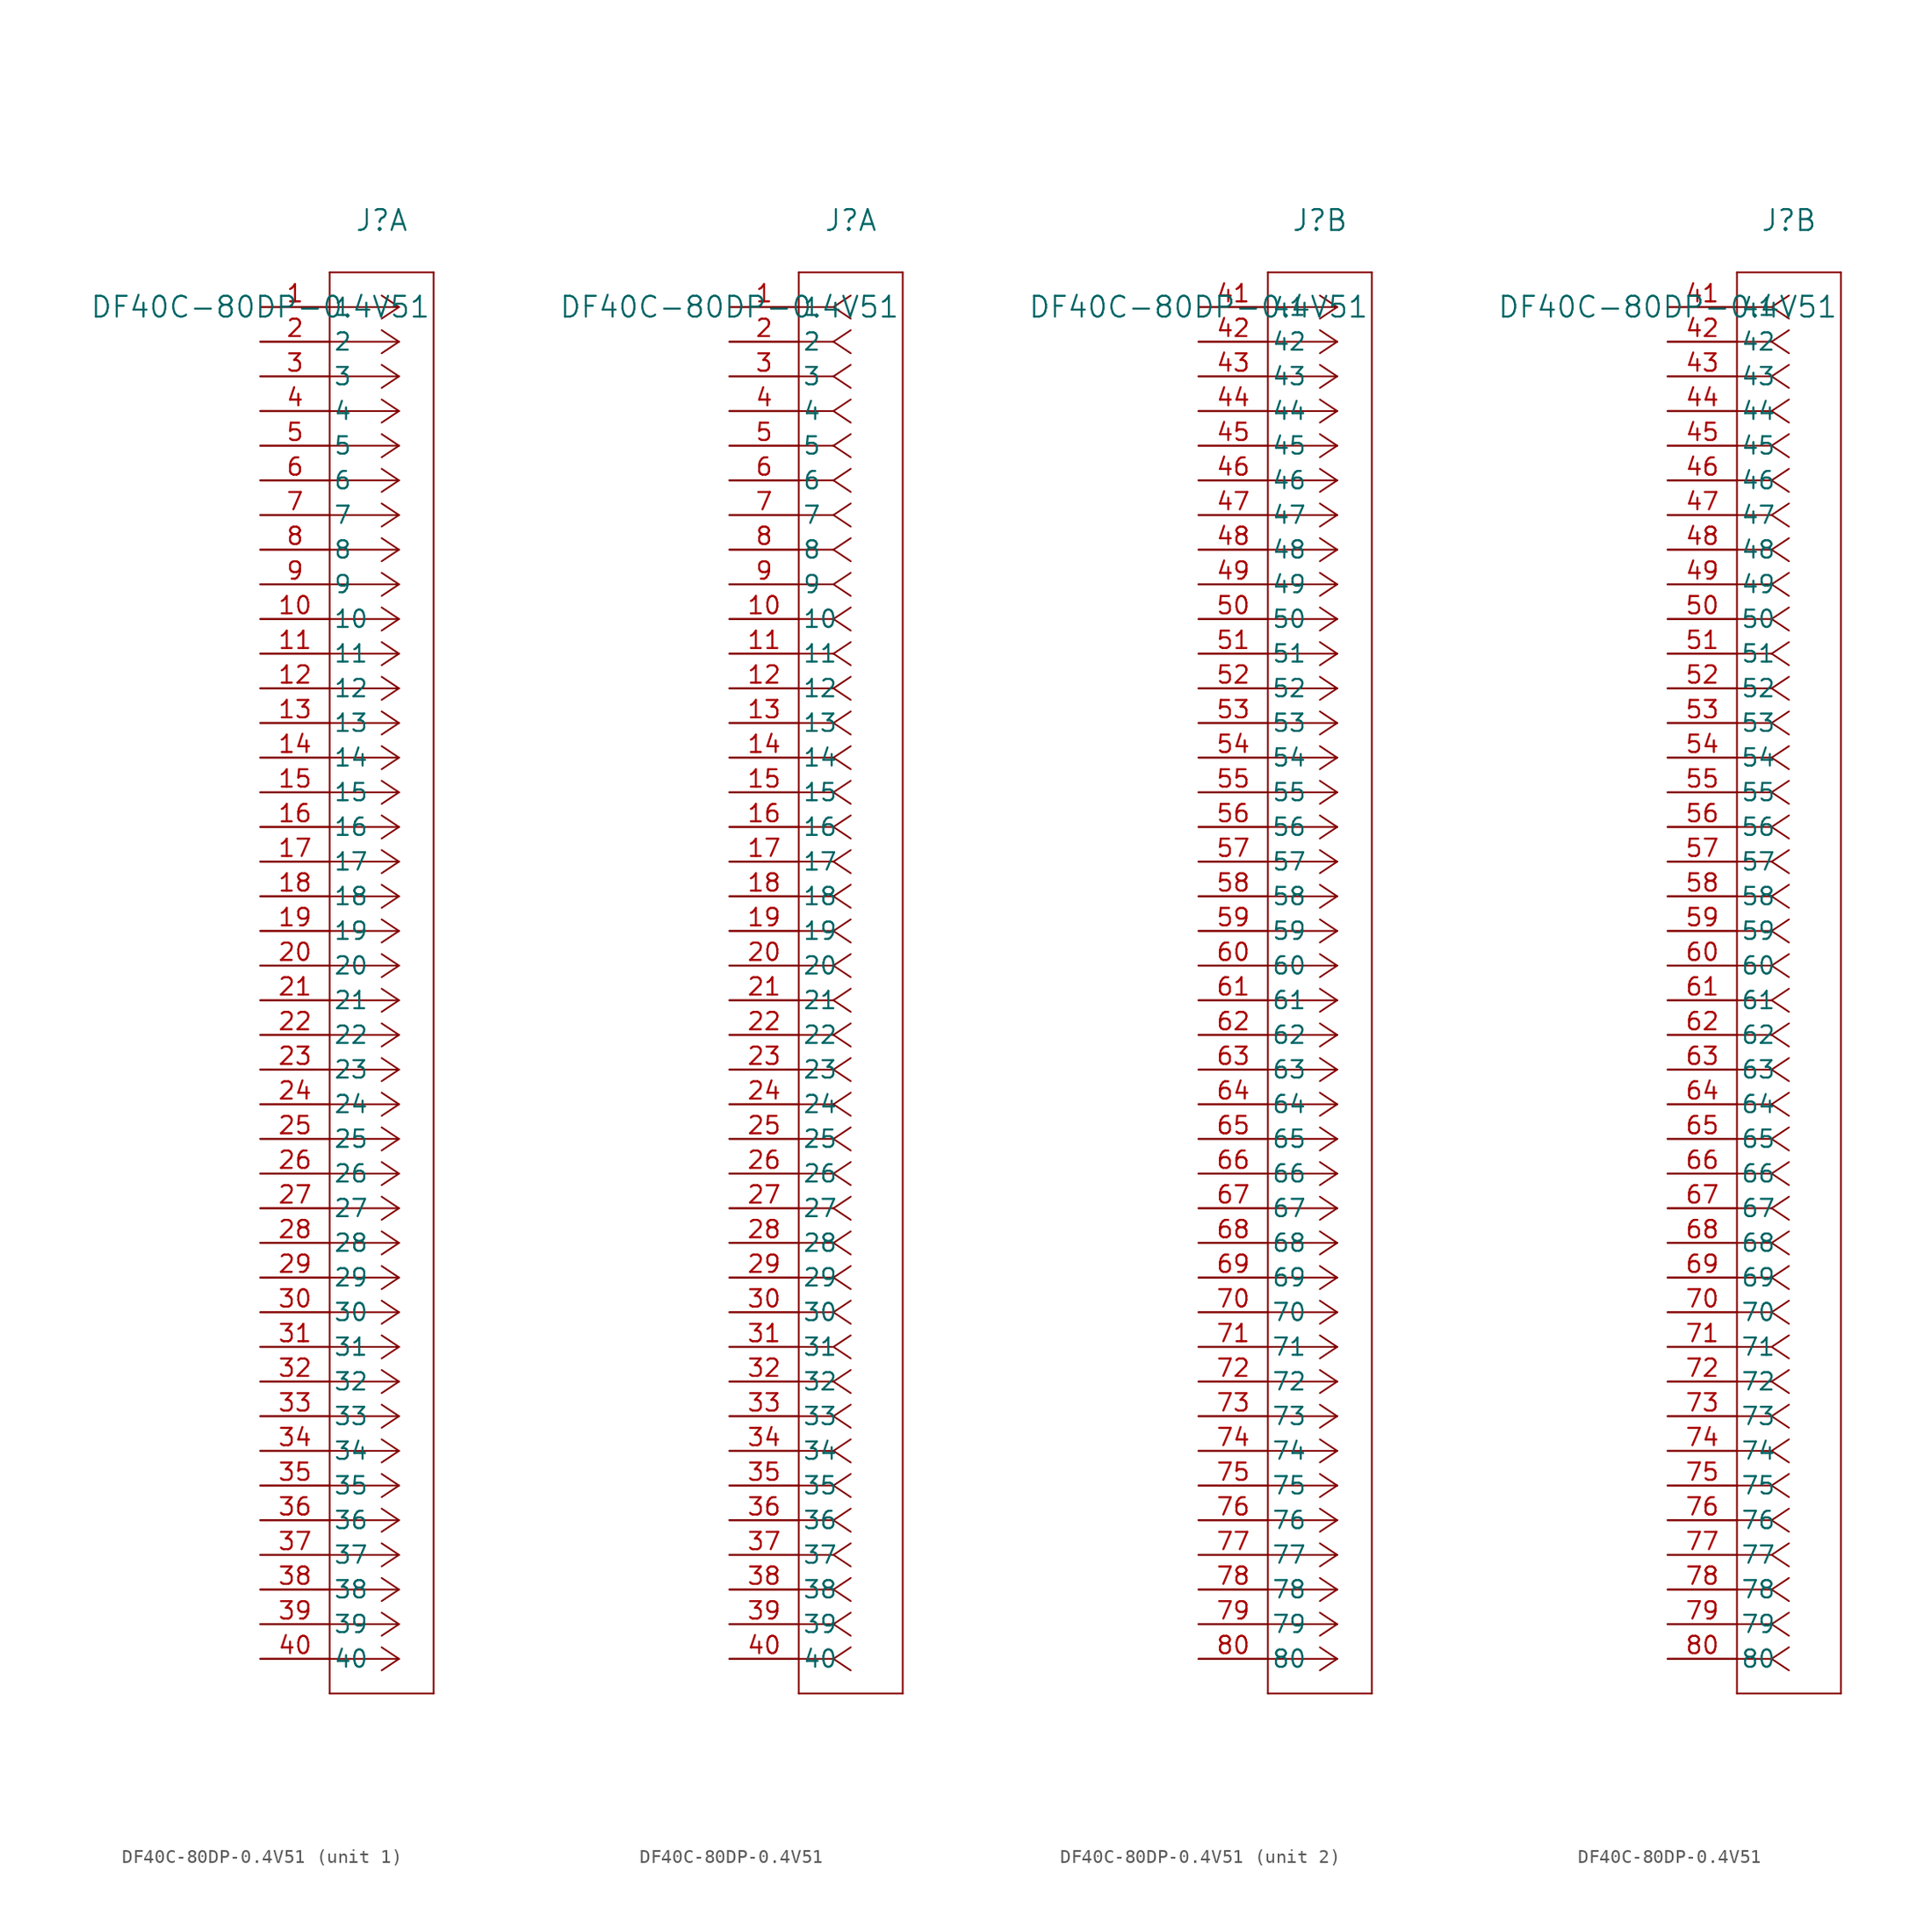
<source format=kicad_sym>
(kicad_symbol_lib
  (version 20211014)
  (generator kicad_symbol_editor)
  (symbol "DF40C-80DP-0.4V51"
    (pin_names
      (offset 0.254))
    (property "Reference" "J"
      (at 8.89 6.35 0)
      (effects (font (size 1.524 1.524))))
    (property "Value" "DF40C-80DP-0.4V51"
      (at 0 0 0)
      (effects (font (size 1.524 1.524))))
    (symbol "DF40C-80DP-0.4V51_1_1"
      (polyline (pts (xy 10.16 0) (xy 5.08 0)) (stroke (width 0.127) (type default) (color 0 0 0 0)) (fill (type none)))
      (polyline (pts (xy 10.16 -2.54) (xy 5.08 -2.54)) (stroke (width 0.127) (type default) (color 0 0 0 0)) (fill (type none)))
      (polyline (pts (xy 10.16 -5.08) (xy 5.08 -5.08)) (stroke (width 0.127) (type default) (color 0 0 0 0)) (fill (type none)))
      (polyline (pts (xy 10.16 -7.62) (xy 5.08 -7.62)) (stroke (width 0.127) (type default) (color 0 0 0 0)) (fill (type none)))
      (polyline (pts (xy 10.16 -10.16) (xy 5.08 -10.16)) (stroke (width 0.127) (type default) (color 0 0 0 0)) (fill (type none)))
      (polyline (pts (xy 10.16 -12.7) (xy 5.08 -12.7)) (stroke (width 0.127) (type default) (color 0 0 0 0)) (fill (type none)))
      (polyline (pts (xy 10.16 -15.24) (xy 5.08 -15.24)) (stroke (width 0.127) (type default) (color 0 0 0 0)) (fill (type none)))
      (polyline (pts (xy 10.16 -17.78) (xy 5.08 -17.78)) (stroke (width 0.127) (type default) (color 0 0 0 0)) (fill (type none)))
      (polyline (pts (xy 10.16 -20.32) (xy 5.08 -20.32)) (stroke (width 0.127) (type default) (color 0 0 0 0)) (fill (type none)))
      (polyline (pts (xy 10.16 -22.86) (xy 5.08 -22.86)) (stroke (width 0.127) (type default) (color 0 0 0 0)) (fill (type none)))
      (polyline (pts (xy 10.16 -25.4) (xy 5.08 -25.4)) (stroke (width 0.127) (type default) (color 0 0 0 0)) (fill (type none)))
      (polyline (pts (xy 10.16 -27.94) (xy 5.08 -27.94)) (stroke (width 0.127) (type default) (color 0 0 0 0)) (fill (type none)))
      (polyline (pts (xy 10.16 -30.48) (xy 5.08 -30.48)) (stroke (width 0.127) (type default) (color 0 0 0 0)) (fill (type none)))
      (polyline (pts (xy 10.16 -33.02) (xy 5.08 -33.02)) (stroke (width 0.127) (type default) (color 0 0 0 0)) (fill (type none)))
      (polyline (pts (xy 10.16 -35.56) (xy 5.08 -35.56)) (stroke (width 0.127) (type default) (color 0 0 0 0)) (fill (type none)))
      (polyline (pts (xy 10.16 -38.1) (xy 5.08 -38.1)) (stroke (width 0.127) (type default) (color 0 0 0 0)) (fill (type none)))
      (polyline (pts (xy 10.16 -40.64) (xy 5.08 -40.64)) (stroke (width 0.127) (type default) (color 0 0 0 0)) (fill (type none)))
      (polyline (pts (xy 10.16 -43.18) (xy 5.08 -43.18)) (stroke (width 0.127) (type default) (color 0 0 0 0)) (fill (type none)))
      (polyline (pts (xy 10.16 -45.72) (xy 5.08 -45.72)) (stroke (width 0.127) (type default) (color 0 0 0 0)) (fill (type none)))
      (polyline (pts (xy 10.16 -48.26) (xy 5.08 -48.26)) (stroke (width 0.127) (type default) (color 0 0 0 0)) (fill (type none)))
      (polyline (pts (xy 10.16 -50.8) (xy 5.08 -50.8)) (stroke (width 0.127) (type default) (color 0 0 0 0)) (fill (type none)))
      (polyline (pts (xy 10.16 -53.34) (xy 5.08 -53.34)) (stroke (width 0.127) (type default) (color 0 0 0 0)) (fill (type none)))
      (polyline (pts (xy 10.16 -55.88) (xy 5.08 -55.88)) (stroke (width 0.127) (type default) (color 0 0 0 0)) (fill (type none)))
      (polyline (pts (xy 10.16 -58.42) (xy 5.08 -58.42)) (stroke (width 0.127) (type default) (color 0 0 0 0)) (fill (type none)))
      (polyline (pts (xy 10.16 -60.96) (xy 5.08 -60.96)) (stroke (width 0.127) (type default) (color 0 0 0 0)) (fill (type none)))
      (polyline (pts (xy 10.16 -63.5) (xy 5.08 -63.5)) (stroke (width 0.127) (type default) (color 0 0 0 0)) (fill (type none)))
      (polyline (pts (xy 10.16 -66.04) (xy 5.08 -66.04)) (stroke (width 0.127) (type default) (color 0 0 0 0)) (fill (type none)))
      (polyline (pts (xy 10.16 -68.58) (xy 5.08 -68.58)) (stroke (width 0.127) (type default) (color 0 0 0 0)) (fill (type none)))
      (polyline (pts (xy 10.16 -71.12) (xy 5.08 -71.12)) (stroke (width 0.127) (type default) (color 0 0 0 0)) (fill (type none)))
      (polyline (pts (xy 10.16 -73.66) (xy 5.08 -73.66)) (stroke (width 0.127) (type default) (color 0 0 0 0)) (fill (type none)))
      (polyline (pts (xy 10.16 -76.2) (xy 5.08 -76.2)) (stroke (width 0.127) (type default) (color 0 0 0 0)) (fill (type none)))
      (polyline (pts (xy 10.16 -78.74) (xy 5.08 -78.74)) (stroke (width 0.127) (type default) (color 0 0 0 0)) (fill (type none)))
      (polyline (pts (xy 10.16 -81.28) (xy 5.08 -81.28)) (stroke (width 0.127) (type default) (color 0 0 0 0)) (fill (type none)))
      (polyline (pts (xy 10.16 -83.82) (xy 5.08 -83.82)) (stroke (width 0.127) (type default) (color 0 0 0 0)) (fill (type none)))
      (polyline (pts (xy 10.16 -86.36) (xy 5.08 -86.36)) (stroke (width 0.127) (type default) (color 0 0 0 0)) (fill (type none)))
      (polyline (pts (xy 10.16 -88.9) (xy 5.08 -88.9)) (stroke (width 0.127) (type default) (color 0 0 0 0)) (fill (type none)))
      (polyline (pts (xy 10.16 -91.44) (xy 5.08 -91.44)) (stroke (width 0.127) (type default) (color 0 0 0 0)) (fill (type none)))
      (polyline (pts (xy 10.16 -93.98) (xy 5.08 -93.98)) (stroke (width 0.127) (type default) (color 0 0 0 0)) (fill (type none)))
      (polyline (pts (xy 10.16 -96.52) (xy 5.08 -96.52)) (stroke (width 0.127) (type default) (color 0 0 0 0)) (fill (type none)))
      (polyline (pts (xy 10.16 -99.06) (xy 5.08 -99.06)) (stroke (width 0.127) (type default) (color 0 0 0 0)) (fill (type none)))
      (polyline (pts (xy 10.16 0) (xy 8.89 0.847)) (stroke (width 0.127) (type default) (color 0 0 0 0)) (fill (type none)))
      (polyline (pts (xy 10.16 -2.54) (xy 8.89 -1.693)) (stroke (width 0.127) (type default) (color 0 0 0 0)) (fill (type none)))
      (polyline (pts (xy 10.16 -5.08) (xy 8.89 -4.233)) (stroke (width 0.127) (type default) (color 0 0 0 0)) (fill (type none)))
      (polyline (pts (xy 10.16 -7.62) (xy 8.89 -6.773)) (stroke (width 0.127) (type default) (color 0 0 0 0)) (fill (type none)))
      (polyline (pts (xy 10.16 -10.16) (xy 8.89 -9.313)) (stroke (width 0.127) (type default) (color 0 0 0 0)) (fill (type none)))
      (polyline (pts (xy 10.16 -12.7) (xy 8.89 -11.853)) (stroke (width 0.127) (type default) (color 0 0 0 0)) (fill (type none)))
      (polyline (pts (xy 10.16 -15.24) (xy 8.89 -14.393)) (stroke (width 0.127) (type default) (color 0 0 0 0)) (fill (type none)))
      (polyline (pts (xy 10.16 -17.78) (xy 8.89 -16.933)) (stroke (width 0.127) (type default) (color 0 0 0 0)) (fill (type none)))
      (polyline (pts (xy 10.16 -20.32) (xy 8.89 -19.473)) (stroke (width 0.127) (type default) (color 0 0 0 0)) (fill (type none)))
      (polyline (pts (xy 10.16 -22.86) (xy 8.89 -22.013)) (stroke (width 0.127) (type default) (color 0 0 0 0)) (fill (type none)))
      (polyline (pts (xy 10.16 -25.4) (xy 8.89 -24.553)) (stroke (width 0.127) (type default) (color 0 0 0 0)) (fill (type none)))
      (polyline (pts (xy 10.16 -27.94) (xy 8.89 -27.093)) (stroke (width 0.127) (type default) (color 0 0 0 0)) (fill (type none)))
      (polyline (pts (xy 10.16 -30.48) (xy 8.89 -29.633)) (stroke (width 0.127) (type default) (color 0 0 0 0)) (fill (type none)))
      (polyline (pts (xy 10.16 -33.02) (xy 8.89 -32.173)) (stroke (width 0.127) (type default) (color 0 0 0 0)) (fill (type none)))
      (polyline (pts (xy 10.16 -35.56) (xy 8.89 -34.713)) (stroke (width 0.127) (type default) (color 0 0 0 0)) (fill (type none)))
      (polyline (pts (xy 10.16 -38.1) (xy 8.89 -37.253)) (stroke (width 0.127) (type default) (color 0 0 0 0)) (fill (type none)))
      (polyline (pts (xy 10.16 -40.64) (xy 8.89 -39.793)) (stroke (width 0.127) (type default) (color 0 0 0 0)) (fill (type none)))
      (polyline (pts (xy 10.16 -43.18) (xy 8.89 -42.333)) (stroke (width 0.127) (type default) (color 0 0 0 0)) (fill (type none)))
      (polyline (pts (xy 10.16 -45.72) (xy 8.89 -44.873)) (stroke (width 0.127) (type default) (color 0 0 0 0)) (fill (type none)))
      (polyline (pts (xy 10.16 -48.26) (xy 8.89 -47.413)) (stroke (width 0.127) (type default) (color 0 0 0 0)) (fill (type none)))
      (polyline (pts (xy 10.16 -50.8) (xy 8.89 -49.953)) (stroke (width 0.127) (type default) (color 0 0 0 0)) (fill (type none)))
      (polyline (pts (xy 10.16 -53.34) (xy 8.89 -52.493)) (stroke (width 0.127) (type default) (color 0 0 0 0)) (fill (type none)))
      (polyline (pts (xy 10.16 -55.88) (xy 8.89 -55.033)) (stroke (width 0.127) (type default) (color 0 0 0 0)) (fill (type none)))
      (polyline (pts (xy 10.16 -58.42) (xy 8.89 -57.573)) (stroke (width 0.127) (type default) (color 0 0 0 0)) (fill (type none)))
      (polyline (pts (xy 10.16 -60.96) (xy 8.89 -60.113)) (stroke (width 0.127) (type default) (color 0 0 0 0)) (fill (type none)))
      (polyline (pts (xy 10.16 -63.5) (xy 8.89 -62.653)) (stroke (width 0.127) (type default) (color 0 0 0 0)) (fill (type none)))
      (polyline (pts (xy 10.16 -66.04) (xy 8.89 -65.193)) (stroke (width 0.127) (type default) (color 0 0 0 0)) (fill (type none)))
      (polyline (pts (xy 10.16 -68.58) (xy 8.89 -67.733)) (stroke (width 0.127) (type default) (color 0 0 0 0)) (fill (type none)))
      (polyline (pts (xy 10.16 -71.12) (xy 8.89 -70.273)) (stroke (width 0.127) (type default) (color 0 0 0 0)) (fill (type none)))
      (polyline (pts (xy 10.16 -73.66) (xy 8.89 -72.813)) (stroke (width 0.127) (type default) (color 0 0 0 0)) (fill (type none)))
      (polyline (pts (xy 10.16 -76.2) (xy 8.89 -75.353)) (stroke (width 0.127) (type default) (color 0 0 0 0)) (fill (type none)))
      (polyline (pts (xy 10.16 -78.74) (xy 8.89 -77.893)) (stroke (width 0.127) (type default) (color 0 0 0 0)) (fill (type none)))
      (polyline (pts (xy 10.16 -81.28) (xy 8.89 -80.433)) (stroke (width 0.127) (type default) (color 0 0 0 0)) (fill (type none)))
      (polyline (pts (xy 10.16 -83.82) (xy 8.89 -82.973)) (stroke (width 0.127) (type default) (color 0 0 0 0)) (fill (type none)))
      (polyline (pts (xy 10.16 -86.36) (xy 8.89 -85.513)) (stroke (width 0.127) (type default) (color 0 0 0 0)) (fill (type none)))
      (polyline (pts (xy 10.16 -88.9) (xy 8.89 -88.053)) (stroke (width 0.127) (type default) (color 0 0 0 0)) (fill (type none)))
      (polyline (pts (xy 10.16 -91.44) (xy 8.89 -90.593)) (stroke (width 0.127) (type default) (color 0 0 0 0)) (fill (type none)))
      (polyline (pts (xy 10.16 -93.98) (xy 8.89 -93.133)) (stroke (width 0.127) (type default) (color 0 0 0 0)) (fill (type none)))
      (polyline (pts (xy 10.16 -96.52) (xy 8.89 -95.673)) (stroke (width 0.127) (type default) (color 0 0 0 0)) (fill (type none)))
      (polyline (pts (xy 10.16 -99.06) (xy 8.89 -98.213)) (stroke (width 0.127) (type default) (color 0 0 0 0)) (fill (type none)))
      (polyline (pts (xy 10.16 0) (xy 8.89 -0.847)) (stroke (width 0.127) (type default) (color 0 0 0 0)) (fill (type none)))
      (polyline (pts (xy 10.16 -2.54) (xy 8.89 -3.387)) (stroke (width 0.127) (type default) (color 0 0 0 0)) (fill (type none)))
      (polyline (pts (xy 10.16 -5.08) (xy 8.89 -5.927)) (stroke (width 0.127) (type default) (color 0 0 0 0)) (fill (type none)))
      (polyline (pts (xy 10.16 -7.62) (xy 8.89 -8.467)) (stroke (width 0.127) (type default) (color 0 0 0 0)) (fill (type none)))
      (polyline (pts (xy 10.16 -10.16) (xy 8.89 -11.007)) (stroke (width 0.127) (type default) (color 0 0 0 0)) (fill (type none)))
      (polyline (pts (xy 10.16 -12.7) (xy 8.89 -13.547)) (stroke (width 0.127) (type default) (color 0 0 0 0)) (fill (type none)))
      (polyline (pts (xy 10.16 -15.24) (xy 8.89 -16.087)) (stroke (width 0.127) (type default) (color 0 0 0 0)) (fill (type none)))
      (polyline (pts (xy 10.16 -17.78) (xy 8.89 -18.627)) (stroke (width 0.127) (type default) (color 0 0 0 0)) (fill (type none)))
      (polyline (pts (xy 10.16 -20.32) (xy 8.89 -21.167)) (stroke (width 0.127) (type default) (color 0 0 0 0)) (fill (type none)))
      (polyline (pts (xy 10.16 -22.86) (xy 8.89 -23.707)) (stroke (width 0.127) (type default) (color 0 0 0 0)) (fill (type none)))
      (polyline (pts (xy 10.16 -25.4) (xy 8.89 -26.247)) (stroke (width 0.127) (type default) (color 0 0 0 0)) (fill (type none)))
      (polyline (pts (xy 10.16 -27.94) (xy 8.89 -28.787)) (stroke (width 0.127) (type default) (color 0 0 0 0)) (fill (type none)))
      (polyline (pts (xy 10.16 -30.48) (xy 8.89 -31.327)) (stroke (width 0.127) (type default) (color 0 0 0 0)) (fill (type none)))
      (polyline (pts (xy 10.16 -33.02) (xy 8.89 -33.867)) (stroke (width 0.127) (type default) (color 0 0 0 0)) (fill (type none)))
      (polyline (pts (xy 10.16 -35.56) (xy 8.89 -36.407)) (stroke (width 0.127) (type default) (color 0 0 0 0)) (fill (type none)))
      (polyline (pts (xy 10.16 -38.1) (xy 8.89 -38.947)) (stroke (width 0.127) (type default) (color 0 0 0 0)) (fill (type none)))
      (polyline (pts (xy 10.16 -40.64) (xy 8.89 -41.487)) (stroke (width 0.127) (type default) (color 0 0 0 0)) (fill (type none)))
      (polyline (pts (xy 10.16 -43.18) (xy 8.89 -44.027)) (stroke (width 0.127) (type default) (color 0 0 0 0)) (fill (type none)))
      (polyline (pts (xy 10.16 -45.72) (xy 8.89 -46.567)) (stroke (width 0.127) (type default) (color 0 0 0 0)) (fill (type none)))
      (polyline (pts (xy 10.16 -48.26) (xy 8.89 -49.107)) (stroke (width 0.127) (type default) (color 0 0 0 0)) (fill (type none)))
      (polyline (pts (xy 10.16 -50.8) (xy 8.89 -51.647)) (stroke (width 0.127) (type default) (color 0 0 0 0)) (fill (type none)))
      (polyline (pts (xy 10.16 -53.34) (xy 8.89 -54.187)) (stroke (width 0.127) (type default) (color 0 0 0 0)) (fill (type none)))
      (polyline (pts (xy 10.16 -55.88) (xy 8.89 -56.727)) (stroke (width 0.127) (type default) (color 0 0 0 0)) (fill (type none)))
      (polyline (pts (xy 10.16 -58.42) (xy 8.89 -59.267)) (stroke (width 0.127) (type default) (color 0 0 0 0)) (fill (type none)))
      (polyline (pts (xy 10.16 -60.96) (xy 8.89 -61.807)) (stroke (width 0.127) (type default) (color 0 0 0 0)) (fill (type none)))
      (polyline (pts (xy 10.16 -63.5) (xy 8.89 -64.347)) (stroke (width 0.127) (type default) (color 0 0 0 0)) (fill (type none)))
      (polyline (pts (xy 10.16 -66.04) (xy 8.89 -66.887)) (stroke (width 0.127) (type default) (color 0 0 0 0)) (fill (type none)))
      (polyline (pts (xy 10.16 -68.58) (xy 8.89 -69.427)) (stroke (width 0.127) (type default) (color 0 0 0 0)) (fill (type none)))
      (polyline (pts (xy 10.16 -71.12) (xy 8.89 -71.967)) (stroke (width 0.127) (type default) (color 0 0 0 0)) (fill (type none)))
      (polyline (pts (xy 10.16 -73.66) (xy 8.89 -74.507)) (stroke (width 0.127) (type default) (color 0 0 0 0)) (fill (type none)))
      (polyline (pts (xy 10.16 -76.2) (xy 8.89 -77.047)) (stroke (width 0.127) (type default) (color 0 0 0 0)) (fill (type none)))
      (polyline (pts (xy 10.16 -78.74) (xy 8.89 -79.587)) (stroke (width 0.127) (type default) (color 0 0 0 0)) (fill (type none)))
      (polyline (pts (xy 10.16 -81.28) (xy 8.89 -82.127)) (stroke (width 0.127) (type default) (color 0 0 0 0)) (fill (type none)))
      (polyline (pts (xy 10.16 -83.82) (xy 8.89 -84.667)) (stroke (width 0.127) (type default) (color 0 0 0 0)) (fill (type none)))
      (polyline (pts (xy 10.16 -86.36) (xy 8.89 -87.207)) (stroke (width 0.127) (type default) (color 0 0 0 0)) (fill (type none)))
      (polyline (pts (xy 10.16 -88.9) (xy 8.89 -89.747)) (stroke (width 0.127) (type default) (color 0 0 0 0)) (fill (type none)))
      (polyline (pts (xy 10.16 -91.44) (xy 8.89 -92.287)) (stroke (width 0.127) (type default) (color 0 0 0 0)) (fill (type none)))
      (polyline (pts (xy 10.16 -93.98) (xy 8.89 -94.827)) (stroke (width 0.127) (type default) (color 0 0 0 0)) (fill (type none)))
      (polyline (pts (xy 10.16 -96.52) (xy 8.89 -97.367)) (stroke (width 0.127) (type default) (color 0 0 0 0)) (fill (type none)))
      (polyline (pts (xy 10.16 -99.06) (xy 8.89 -99.907)) (stroke (width 0.127) (type default) (color 0 0 0 0)) (fill (type none)))
      (polyline (pts (xy 5.08 2.54) (xy 5.08 -101.6)) (stroke (width 0.127) (type default) (color 0 0 0 0)) (fill (type none)))
      (polyline (pts (xy 5.08 -101.6) (xy 12.7 -101.6)) (stroke (width 0.127) (type default) (color 0 0 0 0)) (fill (type none)))
      (polyline (pts (xy 12.7 -101.6) (xy 12.7 2.54)) (stroke (width 0.127) (type default) (color 0 0 0 0)) (fill (type none)))
      (polyline (pts (xy 12.7 2.54) (xy 5.08 2.54)) (stroke (width 0.127) (type default) (color 0 0 0 0)) (fill (type none)))
      (pin unspecified line (at 0 0 0) (length 5.08) (name "1" (effects (font (size 1.27 1.27)))) (number "1" (effects (font (size 1.27 1.27)))))
      (pin unspecified line (at 0 -2.54 0) (length 5.08) (name "2" (effects (font (size 1.27 1.27)))) (number "2" (effects (font (size 1.27 1.27)))))
      (pin unspecified line (at 0 -5.08 0) (length 5.08) (name "3" (effects (font (size 1.27 1.27)))) (number "3" (effects (font (size 1.27 1.27)))))
      (pin unspecified line (at 0 -7.62 0) (length 5.08) (name "4" (effects (font (size 1.27 1.27)))) (number "4" (effects (font (size 1.27 1.27)))))
      (pin unspecified line (at 0 -10.16 0) (length 5.08) (name "5" (effects (font (size 1.27 1.27)))) (number "5" (effects (font (size 1.27 1.27)))))
      (pin unspecified line (at 0 -12.7 0) (length 5.08) (name "6" (effects (font (size 1.27 1.27)))) (number "6" (effects (font (size 1.27 1.27)))))
      (pin unspecified line (at 0 -15.24 0) (length 5.08) (name "7" (effects (font (size 1.27 1.27)))) (number "7" (effects (font (size 1.27 1.27)))))
      (pin unspecified line (at 0 -17.78 0) (length 5.08) (name "8" (effects (font (size 1.27 1.27)))) (number "8" (effects (font (size 1.27 1.27)))))
      (pin unspecified line (at 0 -20.32 0) (length 5.08) (name "9" (effects (font (size 1.27 1.27)))) (number "9" (effects (font (size 1.27 1.27)))))
      (pin unspecified line (at 0 -22.86 0) (length 5.08) (name "10" (effects (font (size 1.27 1.27)))) (number "10" (effects (font (size 1.27 1.27)))))
      (pin unspecified line (at 0 -25.4 0) (length 5.08) (name "11" (effects (font (size 1.27 1.27)))) (number "11" (effects (font (size 1.27 1.27)))))
      (pin unspecified line (at 0 -27.94 0) (length 5.08) (name "12" (effects (font (size 1.27 1.27)))) (number "12" (effects (font (size 1.27 1.27)))))
      (pin unspecified line (at 0 -30.48 0) (length 5.08) (name "13" (effects (font (size 1.27 1.27)))) (number "13" (effects (font (size 1.27 1.27)))))
      (pin unspecified line (at 0 -33.02 0) (length 5.08) (name "14" (effects (font (size 1.27 1.27)))) (number "14" (effects (font (size 1.27 1.27)))))
      (pin unspecified line (at 0 -35.56 0) (length 5.08) (name "15" (effects (font (size 1.27 1.27)))) (number "15" (effects (font (size 1.27 1.27)))))
      (pin unspecified line (at 0 -38.1 0) (length 5.08) (name "16" (effects (font (size 1.27 1.27)))) (number "16" (effects (font (size 1.27 1.27)))))
      (pin unspecified line (at 0 -40.64 0) (length 5.08) (name "17" (effects (font (size 1.27 1.27)))) (number "17" (effects (font (size 1.27 1.27)))))
      (pin unspecified line (at 0 -43.18 0) (length 5.08) (name "18" (effects (font (size 1.27 1.27)))) (number "18" (effects (font (size 1.27 1.27)))))
      (pin unspecified line (at 0 -45.72 0) (length 5.08) (name "19" (effects (font (size 1.27 1.27)))) (number "19" (effects (font (size 1.27 1.27)))))
      (pin unspecified line (at 0 -48.26 0) (length 5.08) (name "20" (effects (font (size 1.27 1.27)))) (number "20" (effects (font (size 1.27 1.27)))))
      (pin unspecified line (at 0 -50.8 0) (length 5.08) (name "21" (effects (font (size 1.27 1.27)))) (number "21" (effects (font (size 1.27 1.27)))))
      (pin unspecified line (at 0 -53.34 0) (length 5.08) (name "22" (effects (font (size 1.27 1.27)))) (number "22" (effects (font (size 1.27 1.27)))))
      (pin unspecified line (at 0 -55.88 0) (length 5.08) (name "23" (effects (font (size 1.27 1.27)))) (number "23" (effects (font (size 1.27 1.27)))))
      (pin unspecified line (at 0 -58.42 0) (length 5.08) (name "24" (effects (font (size 1.27 1.27)))) (number "24" (effects (font (size 1.27 1.27)))))
      (pin unspecified line (at 0 -60.96 0) (length 5.08) (name "25" (effects (font (size 1.27 1.27)))) (number "25" (effects (font (size 1.27 1.27)))))
      (pin unspecified line (at 0 -63.5 0) (length 5.08) (name "26" (effects (font (size 1.27 1.27)))) (number "26" (effects (font (size 1.27 1.27)))))
      (pin unspecified line (at 0 -66.04 0) (length 5.08) (name "27" (effects (font (size 1.27 1.27)))) (number "27" (effects (font (size 1.27 1.27)))))
      (pin unspecified line (at 0 -68.58 0) (length 5.08) (name "28" (effects (font (size 1.27 1.27)))) (number "28" (effects (font (size 1.27 1.27)))))
      (pin unspecified line (at 0 -71.12 0) (length 5.08) (name "29" (effects (font (size 1.27 1.27)))) (number "29" (effects (font (size 1.27 1.27)))))
      (pin unspecified line (at 0 -73.66 0) (length 5.08) (name "30" (effects (font (size 1.27 1.27)))) (number "30" (effects (font (size 1.27 1.27)))))
      (pin unspecified line (at 0 -76.2 0) (length 5.08) (name "31" (effects (font (size 1.27 1.27)))) (number "31" (effects (font (size 1.27 1.27)))))
      (pin unspecified line (at 0 -78.74 0) (length 5.08) (name "32" (effects (font (size 1.27 1.27)))) (number "32" (effects (font (size 1.27 1.27)))))
      (pin unspecified line (at 0 -81.28 0) (length 5.08) (name "33" (effects (font (size 1.27 1.27)))) (number "33" (effects (font (size 1.27 1.27)))))
      (pin unspecified line (at 0 -83.82 0) (length 5.08) (name "34" (effects (font (size 1.27 1.27)))) (number "34" (effects (font (size 1.27 1.27)))))
      (pin unspecified line (at 0 -86.36 0) (length 5.08) (name "35" (effects (font (size 1.27 1.27)))) (number "35" (effects (font (size 1.27 1.27)))))
      (pin unspecified line (at 0 -88.9 0) (length 5.08) (name "36" (effects (font (size 1.27 1.27)))) (number "36" (effects (font (size 1.27 1.27)))))
      (pin unspecified line (at 0 -91.44 0) (length 5.08) (name "37" (effects (font (size 1.27 1.27)))) (number "37" (effects (font (size 1.27 1.27)))))
      (pin unspecified line (at 0 -93.98 0) (length 5.08) (name "38" (effects (font (size 1.27 1.27)))) (number "38" (effects (font (size 1.27 1.27)))))
      (pin unspecified line (at 0 -96.52 0) (length 5.08) (name "39" (effects (font (size 1.27 1.27)))) (number "39" (effects (font (size 1.27 1.27)))))
      (pin unspecified line (at 0 -99.06 0) (length 5.08) (name "40" (effects (font (size 1.27 1.27)))) (number "40" (effects (font (size 1.27 1.27))))))
    (symbol "DF40C-80DP-0.4V51_1_2"
      (polyline (pts (xy 7.62 0) (xy 5.08 0)) (stroke (width 0.127) (type default) (color 0 0 0 0)) (fill (type none)))
      (polyline (pts (xy 7.62 -2.54) (xy 5.08 -2.54)) (stroke (width 0.127) (type default) (color 0 0 0 0)) (fill (type none)))
      (polyline (pts (xy 7.62 -5.08) (xy 5.08 -5.08)) (stroke (width 0.127) (type default) (color 0 0 0 0)) (fill (type none)))
      (polyline (pts (xy 7.62 -7.62) (xy 5.08 -7.62)) (stroke (width 0.127) (type default) (color 0 0 0 0)) (fill (type none)))
      (polyline (pts (xy 7.62 -10.16) (xy 5.08 -10.16)) (stroke (width 0.127) (type default) (color 0 0 0 0)) (fill (type none)))
      (polyline (pts (xy 7.62 -12.7) (xy 5.08 -12.7)) (stroke (width 0.127) (type default) (color 0 0 0 0)) (fill (type none)))
      (polyline (pts (xy 7.62 -15.24) (xy 5.08 -15.24)) (stroke (width 0.127) (type default) (color 0 0 0 0)) (fill (type none)))
      (polyline (pts (xy 7.62 -17.78) (xy 5.08 -17.78)) (stroke (width 0.127) (type default) (color 0 0 0 0)) (fill (type none)))
      (polyline (pts (xy 7.62 -20.32) (xy 5.08 -20.32)) (stroke (width 0.127) (type default) (color 0 0 0 0)) (fill (type none)))
      (polyline (pts (xy 7.62 -22.86) (xy 5.08 -22.86)) (stroke (width 0.127) (type default) (color 0 0 0 0)) (fill (type none)))
      (polyline (pts (xy 7.62 -25.4) (xy 5.08 -25.4)) (stroke (width 0.127) (type default) (color 0 0 0 0)) (fill (type none)))
      (polyline (pts (xy 7.62 -27.94) (xy 5.08 -27.94)) (stroke (width 0.127) (type default) (color 0 0 0 0)) (fill (type none)))
      (polyline (pts (xy 7.62 -30.48) (xy 5.08 -30.48)) (stroke (width 0.127) (type default) (color 0 0 0 0)) (fill (type none)))
      (polyline (pts (xy 7.62 -33.02) (xy 5.08 -33.02)) (stroke (width 0.127) (type default) (color 0 0 0 0)) (fill (type none)))
      (polyline (pts (xy 7.62 -35.56) (xy 5.08 -35.56)) (stroke (width 0.127) (type default) (color 0 0 0 0)) (fill (type none)))
      (polyline (pts (xy 7.62 -38.1) (xy 5.08 -38.1)) (stroke (width 0.127) (type default) (color 0 0 0 0)) (fill (type none)))
      (polyline (pts (xy 7.62 -40.64) (xy 5.08 -40.64)) (stroke (width 0.127) (type default) (color 0 0 0 0)) (fill (type none)))
      (polyline (pts (xy 7.62 -43.18) (xy 5.08 -43.18)) (stroke (width 0.127) (type default) (color 0 0 0 0)) (fill (type none)))
      (polyline (pts (xy 7.62 -45.72) (xy 5.08 -45.72)) (stroke (width 0.127) (type default) (color 0 0 0 0)) (fill (type none)))
      (polyline (pts (xy 7.62 -48.26) (xy 5.08 -48.26)) (stroke (width 0.127) (type default) (color 0 0 0 0)) (fill (type none)))
      (polyline (pts (xy 7.62 -50.8) (xy 5.08 -50.8)) (stroke (width 0.127) (type default) (color 0 0 0 0)) (fill (type none)))
      (polyline (pts (xy 7.62 -53.34) (xy 5.08 -53.34)) (stroke (width 0.127) (type default) (color 0 0 0 0)) (fill (type none)))
      (polyline (pts (xy 7.62 -55.88) (xy 5.08 -55.88)) (stroke (width 0.127) (type default) (color 0 0 0 0)) (fill (type none)))
      (polyline (pts (xy 7.62 -58.42) (xy 5.08 -58.42)) (stroke (width 0.127) (type default) (color 0 0 0 0)) (fill (type none)))
      (polyline (pts (xy 7.62 -60.96) (xy 5.08 -60.96)) (stroke (width 0.127) (type default) (color 0 0 0 0)) (fill (type none)))
      (polyline (pts (xy 7.62 -63.5) (xy 5.08 -63.5)) (stroke (width 0.127) (type default) (color 0 0 0 0)) (fill (type none)))
      (polyline (pts (xy 7.62 -66.04) (xy 5.08 -66.04)) (stroke (width 0.127) (type default) (color 0 0 0 0)) (fill (type none)))
      (polyline (pts (xy 7.62 -68.58) (xy 5.08 -68.58)) (stroke (width 0.127) (type default) (color 0 0 0 0)) (fill (type none)))
      (polyline (pts (xy 7.62 -71.12) (xy 5.08 -71.12)) (stroke (width 0.127) (type default) (color 0 0 0 0)) (fill (type none)))
      (polyline (pts (xy 7.62 -73.66) (xy 5.08 -73.66)) (stroke (width 0.127) (type default) (color 0 0 0 0)) (fill (type none)))
      (polyline (pts (xy 7.62 -76.2) (xy 5.08 -76.2)) (stroke (width 0.127) (type default) (color 0 0 0 0)) (fill (type none)))
      (polyline (pts (xy 7.62 -78.74) (xy 5.08 -78.74)) (stroke (width 0.127) (type default) (color 0 0 0 0)) (fill (type none)))
      (polyline (pts (xy 7.62 -81.28) (xy 5.08 -81.28)) (stroke (width 0.127) (type default) (color 0 0 0 0)) (fill (type none)))
      (polyline (pts (xy 7.62 -83.82) (xy 5.08 -83.82)) (stroke (width 0.127) (type default) (color 0 0 0 0)) (fill (type none)))
      (polyline (pts (xy 7.62 -86.36) (xy 5.08 -86.36)) (stroke (width 0.127) (type default) (color 0 0 0 0)) (fill (type none)))
      (polyline (pts (xy 7.62 -88.9) (xy 5.08 -88.9)) (stroke (width 0.127) (type default) (color 0 0 0 0)) (fill (type none)))
      (polyline (pts (xy 7.62 -91.44) (xy 5.08 -91.44)) (stroke (width 0.127) (type default) (color 0 0 0 0)) (fill (type none)))
      (polyline (pts (xy 7.62 -93.98) (xy 5.08 -93.98)) (stroke (width 0.127) (type default) (color 0 0 0 0)) (fill (type none)))
      (polyline (pts (xy 7.62 -96.52) (xy 5.08 -96.52)) (stroke (width 0.127) (type default) (color 0 0 0 0)) (fill (type none)))
      (polyline (pts (xy 7.62 -99.06) (xy 5.08 -99.06)) (stroke (width 0.127) (type default) (color 0 0 0 0)) (fill (type none)))
      (polyline (pts (xy 7.62 0) (xy 8.89 0.847)) (stroke (width 0.127) (type default) (color 0 0 0 0)) (fill (type none)))
      (polyline (pts (xy 7.62 -2.54) (xy 8.89 -1.693)) (stroke (width 0.127) (type default) (color 0 0 0 0)) (fill (type none)))
      (polyline (pts (xy 7.62 -5.08) (xy 8.89 -4.233)) (stroke (width 0.127) (type default) (color 0 0 0 0)) (fill (type none)))
      (polyline (pts (xy 7.62 -7.62) (xy 8.89 -6.773)) (stroke (width 0.127) (type default) (color 0 0 0 0)) (fill (type none)))
      (polyline (pts (xy 7.62 -10.16) (xy 8.89 -9.313)) (stroke (width 0.127) (type default) (color 0 0 0 0)) (fill (type none)))
      (polyline (pts (xy 7.62 -12.7) (xy 8.89 -11.853)) (stroke (width 0.127) (type default) (color 0 0 0 0)) (fill (type none)))
      (polyline (pts (xy 7.62 -15.24) (xy 8.89 -14.393)) (stroke (width 0.127) (type default) (color 0 0 0 0)) (fill (type none)))
      (polyline (pts (xy 7.62 -17.78) (xy 8.89 -16.933)) (stroke (width 0.127) (type default) (color 0 0 0 0)) (fill (type none)))
      (polyline (pts (xy 7.62 -20.32) (xy 8.89 -19.473)) (stroke (width 0.127) (type default) (color 0 0 0 0)) (fill (type none)))
      (polyline (pts (xy 7.62 -22.86) (xy 8.89 -22.013)) (stroke (width 0.127) (type default) (color 0 0 0 0)) (fill (type none)))
      (polyline (pts (xy 7.62 -25.4) (xy 8.89 -24.553)) (stroke (width 0.127) (type default) (color 0 0 0 0)) (fill (type none)))
      (polyline (pts (xy 7.62 -27.94) (xy 8.89 -27.093)) (stroke (width 0.127) (type default) (color 0 0 0 0)) (fill (type none)))
      (polyline (pts (xy 7.62 -30.48) (xy 8.89 -29.633)) (stroke (width 0.127) (type default) (color 0 0 0 0)) (fill (type none)))
      (polyline (pts (xy 7.62 -33.02) (xy 8.89 -32.173)) (stroke (width 0.127) (type default) (color 0 0 0 0)) (fill (type none)))
      (polyline (pts (xy 7.62 -35.56) (xy 8.89 -34.713)) (stroke (width 0.127) (type default) (color 0 0 0 0)) (fill (type none)))
      (polyline (pts (xy 7.62 -38.1) (xy 8.89 -37.253)) (stroke (width 0.127) (type default) (color 0 0 0 0)) (fill (type none)))
      (polyline (pts (xy 7.62 -40.64) (xy 8.89 -39.793)) (stroke (width 0.127) (type default) (color 0 0 0 0)) (fill (type none)))
      (polyline (pts (xy 7.62 -43.18) (xy 8.89 -42.333)) (stroke (width 0.127) (type default) (color 0 0 0 0)) (fill (type none)))
      (polyline (pts (xy 7.62 -45.72) (xy 8.89 -44.873)) (stroke (width 0.127) (type default) (color 0 0 0 0)) (fill (type none)))
      (polyline (pts (xy 7.62 -48.26) (xy 8.89 -47.413)) (stroke (width 0.127) (type default) (color 0 0 0 0)) (fill (type none)))
      (polyline (pts (xy 7.62 -50.8) (xy 8.89 -49.953)) (stroke (width 0.127) (type default) (color 0 0 0 0)) (fill (type none)))
      (polyline (pts (xy 7.62 -53.34) (xy 8.89 -52.493)) (stroke (width 0.127) (type default) (color 0 0 0 0)) (fill (type none)))
      (polyline (pts (xy 7.62 -55.88) (xy 8.89 -55.033)) (stroke (width 0.127) (type default) (color 0 0 0 0)) (fill (type none)))
      (polyline (pts (xy 7.62 -58.42) (xy 8.89 -57.573)) (stroke (width 0.127) (type default) (color 0 0 0 0)) (fill (type none)))
      (polyline (pts (xy 7.62 -60.96) (xy 8.89 -60.113)) (stroke (width 0.127) (type default) (color 0 0 0 0)) (fill (type none)))
      (polyline (pts (xy 7.62 -63.5) (xy 8.89 -62.653)) (stroke (width 0.127) (type default) (color 0 0 0 0)) (fill (type none)))
      (polyline (pts (xy 7.62 -66.04) (xy 8.89 -65.193)) (stroke (width 0.127) (type default) (color 0 0 0 0)) (fill (type none)))
      (polyline (pts (xy 7.62 -68.58) (xy 8.89 -67.733)) (stroke (width 0.127) (type default) (color 0 0 0 0)) (fill (type none)))
      (polyline (pts (xy 7.62 -71.12) (xy 8.89 -70.273)) (stroke (width 0.127) (type default) (color 0 0 0 0)) (fill (type none)))
      (polyline (pts (xy 7.62 -73.66) (xy 8.89 -72.813)) (stroke (width 0.127) (type default) (color 0 0 0 0)) (fill (type none)))
      (polyline (pts (xy 7.62 -76.2) (xy 8.89 -75.353)) (stroke (width 0.127) (type default) (color 0 0 0 0)) (fill (type none)))
      (polyline (pts (xy 7.62 -78.74) (xy 8.89 -77.893)) (stroke (width 0.127) (type default) (color 0 0 0 0)) (fill (type none)))
      (polyline (pts (xy 7.62 -81.28) (xy 8.89 -80.433)) (stroke (width 0.127) (type default) (color 0 0 0 0)) (fill (type none)))
      (polyline (pts (xy 7.62 -83.82) (xy 8.89 -82.973)) (stroke (width 0.127) (type default) (color 0 0 0 0)) (fill (type none)))
      (polyline (pts (xy 7.62 -86.36) (xy 8.89 -85.513)) (stroke (width 0.127) (type default) (color 0 0 0 0)) (fill (type none)))
      (polyline (pts (xy 7.62 -88.9) (xy 8.89 -88.053)) (stroke (width 0.127) (type default) (color 0 0 0 0)) (fill (type none)))
      (polyline (pts (xy 7.62 -91.44) (xy 8.89 -90.593)) (stroke (width 0.127) (type default) (color 0 0 0 0)) (fill (type none)))
      (polyline (pts (xy 7.62 -93.98) (xy 8.89 -93.133)) (stroke (width 0.127) (type default) (color 0 0 0 0)) (fill (type none)))
      (polyline (pts (xy 7.62 -96.52) (xy 8.89 -95.673)) (stroke (width 0.127) (type default) (color 0 0 0 0)) (fill (type none)))
      (polyline (pts (xy 7.62 -99.06) (xy 8.89 -98.213)) (stroke (width 0.127) (type default) (color 0 0 0 0)) (fill (type none)))
      (polyline (pts (xy 7.62 0) (xy 8.89 -0.847)) (stroke (width 0.127) (type default) (color 0 0 0 0)) (fill (type none)))
      (polyline (pts (xy 7.62 -2.54) (xy 8.89 -3.387)) (stroke (width 0.127) (type default) (color 0 0 0 0)) (fill (type none)))
      (polyline (pts (xy 7.62 -5.08) (xy 8.89 -5.927)) (stroke (width 0.127) (type default) (color 0 0 0 0)) (fill (type none)))
      (polyline (pts (xy 7.62 -7.62) (xy 8.89 -8.467)) (stroke (width 0.127) (type default) (color 0 0 0 0)) (fill (type none)))
      (polyline (pts (xy 7.62 -10.16) (xy 8.89 -11.007)) (stroke (width 0.127) (type default) (color 0 0 0 0)) (fill (type none)))
      (polyline (pts (xy 7.62 -12.7) (xy 8.89 -13.547)) (stroke (width 0.127) (type default) (color 0 0 0 0)) (fill (type none)))
      (polyline (pts (xy 7.62 -15.24) (xy 8.89 -16.087)) (stroke (width 0.127) (type default) (color 0 0 0 0)) (fill (type none)))
      (polyline (pts (xy 7.62 -17.78) (xy 8.89 -18.627)) (stroke (width 0.127) (type default) (color 0 0 0 0)) (fill (type none)))
      (polyline (pts (xy 7.62 -20.32) (xy 8.89 -21.167)) (stroke (width 0.127) (type default) (color 0 0 0 0)) (fill (type none)))
      (polyline (pts (xy 7.62 -22.86) (xy 8.89 -23.707)) (stroke (width 0.127) (type default) (color 0 0 0 0)) (fill (type none)))
      (polyline (pts (xy 7.62 -25.4) (xy 8.89 -26.247)) (stroke (width 0.127) (type default) (color 0 0 0 0)) (fill (type none)))
      (polyline (pts (xy 7.62 -27.94) (xy 8.89 -28.787)) (stroke (width 0.127) (type default) (color 0 0 0 0)) (fill (type none)))
      (polyline (pts (xy 7.62 -30.48) (xy 8.89 -31.327)) (stroke (width 0.127) (type default) (color 0 0 0 0)) (fill (type none)))
      (polyline (pts (xy 7.62 -33.02) (xy 8.89 -33.867)) (stroke (width 0.127) (type default) (color 0 0 0 0)) (fill (type none)))
      (polyline (pts (xy 7.62 -35.56) (xy 8.89 -36.407)) (stroke (width 0.127) (type default) (color 0 0 0 0)) (fill (type none)))
      (polyline (pts (xy 7.62 -38.1) (xy 8.89 -38.947)) (stroke (width 0.127) (type default) (color 0 0 0 0)) (fill (type none)))
      (polyline (pts (xy 7.62 -40.64) (xy 8.89 -41.487)) (stroke (width 0.127) (type default) (color 0 0 0 0)) (fill (type none)))
      (polyline (pts (xy 7.62 -43.18) (xy 8.89 -44.027)) (stroke (width 0.127) (type default) (color 0 0 0 0)) (fill (type none)))
      (polyline (pts (xy 7.62 -45.72) (xy 8.89 -46.567)) (stroke (width 0.127) (type default) (color 0 0 0 0)) (fill (type none)))
      (polyline (pts (xy 7.62 -48.26) (xy 8.89 -49.107)) (stroke (width 0.127) (type default) (color 0 0 0 0)) (fill (type none)))
      (polyline (pts (xy 7.62 -50.8) (xy 8.89 -51.647)) (stroke (width 0.127) (type default) (color 0 0 0 0)) (fill (type none)))
      (polyline (pts (xy 7.62 -53.34) (xy 8.89 -54.187)) (stroke (width 0.127) (type default) (color 0 0 0 0)) (fill (type none)))
      (polyline (pts (xy 7.62 -55.88) (xy 8.89 -56.727)) (stroke (width 0.127) (type default) (color 0 0 0 0)) (fill (type none)))
      (polyline (pts (xy 7.62 -58.42) (xy 8.89 -59.267)) (stroke (width 0.127) (type default) (color 0 0 0 0)) (fill (type none)))
      (polyline (pts (xy 7.62 -60.96) (xy 8.89 -61.807)) (stroke (width 0.127) (type default) (color 0 0 0 0)) (fill (type none)))
      (polyline (pts (xy 7.62 -63.5) (xy 8.89 -64.347)) (stroke (width 0.127) (type default) (color 0 0 0 0)) (fill (type none)))
      (polyline (pts (xy 7.62 -66.04) (xy 8.89 -66.887)) (stroke (width 0.127) (type default) (color 0 0 0 0)) (fill (type none)))
      (polyline (pts (xy 7.62 -68.58) (xy 8.89 -69.427)) (stroke (width 0.127) (type default) (color 0 0 0 0)) (fill (type none)))
      (polyline (pts (xy 7.62 -71.12) (xy 8.89 -71.967)) (stroke (width 0.127) (type default) (color 0 0 0 0)) (fill (type none)))
      (polyline (pts (xy 7.62 -73.66) (xy 8.89 -74.507)) (stroke (width 0.127) (type default) (color 0 0 0 0)) (fill (type none)))
      (polyline (pts (xy 7.62 -76.2) (xy 8.89 -77.047)) (stroke (width 0.127) (type default) (color 0 0 0 0)) (fill (type none)))
      (polyline (pts (xy 7.62 -78.74) (xy 8.89 -79.587)) (stroke (width 0.127) (type default) (color 0 0 0 0)) (fill (type none)))
      (polyline (pts (xy 7.62 -81.28) (xy 8.89 -82.127)) (stroke (width 0.127) (type default) (color 0 0 0 0)) (fill (type none)))
      (polyline (pts (xy 7.62 -83.82) (xy 8.89 -84.667)) (stroke (width 0.127) (type default) (color 0 0 0 0)) (fill (type none)))
      (polyline (pts (xy 7.62 -86.36) (xy 8.89 -87.207)) (stroke (width 0.127) (type default) (color 0 0 0 0)) (fill (type none)))
      (polyline (pts (xy 7.62 -88.9) (xy 8.89 -89.747)) (stroke (width 0.127) (type default) (color 0 0 0 0)) (fill (type none)))
      (polyline (pts (xy 7.62 -91.44) (xy 8.89 -92.287)) (stroke (width 0.127) (type default) (color 0 0 0 0)) (fill (type none)))
      (polyline (pts (xy 7.62 -93.98) (xy 8.89 -94.827)) (stroke (width 0.127) (type default) (color 0 0 0 0)) (fill (type none)))
      (polyline (pts (xy 7.62 -96.52) (xy 8.89 -97.367)) (stroke (width 0.127) (type default) (color 0 0 0 0)) (fill (type none)))
      (polyline (pts (xy 7.62 -99.06) (xy 8.89 -99.907)) (stroke (width 0.127) (type default) (color 0 0 0 0)) (fill (type none)))
      (polyline (pts (xy 5.08 2.54) (xy 5.08 -101.6)) (stroke (width 0.127) (type default) (color 0 0 0 0)) (fill (type none)))
      (polyline (pts (xy 5.08 -101.6) (xy 12.7 -101.6)) (stroke (width 0.127) (type default) (color 0 0 0 0)) (fill (type none)))
      (polyline (pts (xy 12.7 -101.6) (xy 12.7 2.54)) (stroke (width 0.127) (type default) (color 0 0 0 0)) (fill (type none)))
      (polyline (pts (xy 12.7 2.54) (xy 5.08 2.54)) (stroke (width 0.127) (type default) (color 0 0 0 0)) (fill (type none)))
      (pin unspecified line (at 0 0 0) (length 5.08) (name "1" (effects (font (size 1.27 1.27)))) (number "1" (effects (font (size 1.27 1.27)))))
      (pin unspecified line (at 0 -2.54 0) (length 5.08) (name "2" (effects (font (size 1.27 1.27)))) (number "2" (effects (font (size 1.27 1.27)))))
      (pin unspecified line (at 0 -5.08 0) (length 5.08) (name "3" (effects (font (size 1.27 1.27)))) (number "3" (effects (font (size 1.27 1.27)))))
      (pin unspecified line (at 0 -7.62 0) (length 5.08) (name "4" (effects (font (size 1.27 1.27)))) (number "4" (effects (font (size 1.27 1.27)))))
      (pin unspecified line (at 0 -10.16 0) (length 5.08) (name "5" (effects (font (size 1.27 1.27)))) (number "5" (effects (font (size 1.27 1.27)))))
      (pin unspecified line (at 0 -12.7 0) (length 5.08) (name "6" (effects (font (size 1.27 1.27)))) (number "6" (effects (font (size 1.27 1.27)))))
      (pin unspecified line (at 0 -15.24 0) (length 5.08) (name "7" (effects (font (size 1.27 1.27)))) (number "7" (effects (font (size 1.27 1.27)))))
      (pin unspecified line (at 0 -17.78 0) (length 5.08) (name "8" (effects (font (size 1.27 1.27)))) (number "8" (effects (font (size 1.27 1.27)))))
      (pin unspecified line (at 0 -20.32 0) (length 5.08) (name "9" (effects (font (size 1.27 1.27)))) (number "9" (effects (font (size 1.27 1.27)))))
      (pin unspecified line (at 0 -22.86 0) (length 5.08) (name "10" (effects (font (size 1.27 1.27)))) (number "10" (effects (font (size 1.27 1.27)))))
      (pin unspecified line (at 0 -25.4 0) (length 5.08) (name "11" (effects (font (size 1.27 1.27)))) (number "11" (effects (font (size 1.27 1.27)))))
      (pin unspecified line (at 0 -27.94 0) (length 5.08) (name "12" (effects (font (size 1.27 1.27)))) (number "12" (effects (font (size 1.27 1.27)))))
      (pin unspecified line (at 0 -30.48 0) (length 5.08) (name "13" (effects (font (size 1.27 1.27)))) (number "13" (effects (font (size 1.27 1.27)))))
      (pin unspecified line (at 0 -33.02 0) (length 5.08) (name "14" (effects (font (size 1.27 1.27)))) (number "14" (effects (font (size 1.27 1.27)))))
      (pin unspecified line (at 0 -35.56 0) (length 5.08) (name "15" (effects (font (size 1.27 1.27)))) (number "15" (effects (font (size 1.27 1.27)))))
      (pin unspecified line (at 0 -38.1 0) (length 5.08) (name "16" (effects (font (size 1.27 1.27)))) (number "16" (effects (font (size 1.27 1.27)))))
      (pin unspecified line (at 0 -40.64 0) (length 5.08) (name "17" (effects (font (size 1.27 1.27)))) (number "17" (effects (font (size 1.27 1.27)))))
      (pin unspecified line (at 0 -43.18 0) (length 5.08) (name "18" (effects (font (size 1.27 1.27)))) (number "18" (effects (font (size 1.27 1.27)))))
      (pin unspecified line (at 0 -45.72 0) (length 5.08) (name "19" (effects (font (size 1.27 1.27)))) (number "19" (effects (font (size 1.27 1.27)))))
      (pin unspecified line (at 0 -48.26 0) (length 5.08) (name "20" (effects (font (size 1.27 1.27)))) (number "20" (effects (font (size 1.27 1.27)))))
      (pin unspecified line (at 0 -50.8 0) (length 5.08) (name "21" (effects (font (size 1.27 1.27)))) (number "21" (effects (font (size 1.27 1.27)))))
      (pin unspecified line (at 0 -53.34 0) (length 5.08) (name "22" (effects (font (size 1.27 1.27)))) (number "22" (effects (font (size 1.27 1.27)))))
      (pin unspecified line (at 0 -55.88 0) (length 5.08) (name "23" (effects (font (size 1.27 1.27)))) (number "23" (effects (font (size 1.27 1.27)))))
      (pin unspecified line (at 0 -58.42 0) (length 5.08) (name "24" (effects (font (size 1.27 1.27)))) (number "24" (effects (font (size 1.27 1.27)))))
      (pin unspecified line (at 0 -60.96 0) (length 5.08) (name "25" (effects (font (size 1.27 1.27)))) (number "25" (effects (font (size 1.27 1.27)))))
      (pin unspecified line (at 0 -63.5 0) (length 5.08) (name "26" (effects (font (size 1.27 1.27)))) (number "26" (effects (font (size 1.27 1.27)))))
      (pin unspecified line (at 0 -66.04 0) (length 5.08) (name "27" (effects (font (size 1.27 1.27)))) (number "27" (effects (font (size 1.27 1.27)))))
      (pin unspecified line (at 0 -68.58 0) (length 5.08) (name "28" (effects (font (size 1.27 1.27)))) (number "28" (effects (font (size 1.27 1.27)))))
      (pin unspecified line (at 0 -71.12 0) (length 5.08) (name "29" (effects (font (size 1.27 1.27)))) (number "29" (effects (font (size 1.27 1.27)))))
      (pin unspecified line (at 0 -73.66 0) (length 5.08) (name "30" (effects (font (size 1.27 1.27)))) (number "30" (effects (font (size 1.27 1.27)))))
      (pin unspecified line (at 0 -76.2 0) (length 5.08) (name "31" (effects (font (size 1.27 1.27)))) (number "31" (effects (font (size 1.27 1.27)))))
      (pin unspecified line (at 0 -78.74 0) (length 5.08) (name "32" (effects (font (size 1.27 1.27)))) (number "32" (effects (font (size 1.27 1.27)))))
      (pin unspecified line (at 0 -81.28 0) (length 5.08) (name "33" (effects (font (size 1.27 1.27)))) (number "33" (effects (font (size 1.27 1.27)))))
      (pin unspecified line (at 0 -83.82 0) (length 5.08) (name "34" (effects (font (size 1.27 1.27)))) (number "34" (effects (font (size 1.27 1.27)))))
      (pin unspecified line (at 0 -86.36 0) (length 5.08) (name "35" (effects (font (size 1.27 1.27)))) (number "35" (effects (font (size 1.27 1.27)))))
      (pin unspecified line (at 0 -88.9 0) (length 5.08) (name "36" (effects (font (size 1.27 1.27)))) (number "36" (effects (font (size 1.27 1.27)))))
      (pin unspecified line (at 0 -91.44 0) (length 5.08) (name "37" (effects (font (size 1.27 1.27)))) (number "37" (effects (font (size 1.27 1.27)))))
      (pin unspecified line (at 0 -93.98 0) (length 5.08) (name "38" (effects (font (size 1.27 1.27)))) (number "38" (effects (font (size 1.27 1.27)))))
      (pin unspecified line (at 0 -96.52 0) (length 5.08) (name "39" (effects (font (size 1.27 1.27)))) (number "39" (effects (font (size 1.27 1.27)))))
      (pin unspecified line (at 0 -99.06 0) (length 5.08) (name "40" (effects (font (size 1.27 1.27)))) (number "40" (effects (font (size 1.27 1.27))))))
    (symbol "DF40C-80DP-0.4V51_2_1"
      (polyline (pts (xy 10.16 0) (xy 5.08 0)) (stroke (width 0.127) (type default) (color 0 0 0 0)) (fill (type none)))
      (polyline (pts (xy 10.16 -2.54) (xy 5.08 -2.54)) (stroke (width 0.127) (type default) (color 0 0 0 0)) (fill (type none)))
      (polyline (pts (xy 10.16 -5.08) (xy 5.08 -5.08)) (stroke (width 0.127) (type default) (color 0 0 0 0)) (fill (type none)))
      (polyline (pts (xy 10.16 -7.62) (xy 5.08 -7.62)) (stroke (width 0.127) (type default) (color 0 0 0 0)) (fill (type none)))
      (polyline (pts (xy 10.16 -10.16) (xy 5.08 -10.16)) (stroke (width 0.127) (type default) (color 0 0 0 0)) (fill (type none)))
      (polyline (pts (xy 10.16 -12.7) (xy 5.08 -12.7)) (stroke (width 0.127) (type default) (color 0 0 0 0)) (fill (type none)))
      (polyline (pts (xy 10.16 -15.24) (xy 5.08 -15.24)) (stroke (width 0.127) (type default) (color 0 0 0 0)) (fill (type none)))
      (polyline (pts (xy 10.16 -17.78) (xy 5.08 -17.78)) (stroke (width 0.127) (type default) (color 0 0 0 0)) (fill (type none)))
      (polyline (pts (xy 10.16 -20.32) (xy 5.08 -20.32)) (stroke (width 0.127) (type default) (color 0 0 0 0)) (fill (type none)))
      (polyline (pts (xy 10.16 -22.86) (xy 5.08 -22.86)) (stroke (width 0.127) (type default) (color 0 0 0 0)) (fill (type none)))
      (polyline (pts (xy 10.16 -25.4) (xy 5.08 -25.4)) (stroke (width 0.127) (type default) (color 0 0 0 0)) (fill (type none)))
      (polyline (pts (xy 10.16 -27.94) (xy 5.08 -27.94)) (stroke (width 0.127) (type default) (color 0 0 0 0)) (fill (type none)))
      (polyline (pts (xy 10.16 -30.48) (xy 5.08 -30.48)) (stroke (width 0.127) (type default) (color 0 0 0 0)) (fill (type none)))
      (polyline (pts (xy 10.16 -33.02) (xy 5.08 -33.02)) (stroke (width 0.127) (type default) (color 0 0 0 0)) (fill (type none)))
      (polyline (pts (xy 10.16 -35.56) (xy 5.08 -35.56)) (stroke (width 0.127) (type default) (color 0 0 0 0)) (fill (type none)))
      (polyline (pts (xy 10.16 -38.1) (xy 5.08 -38.1)) (stroke (width 0.127) (type default) (color 0 0 0 0)) (fill (type none)))
      (polyline (pts (xy 10.16 -40.64) (xy 5.08 -40.64)) (stroke (width 0.127) (type default) (color 0 0 0 0)) (fill (type none)))
      (polyline (pts (xy 10.16 -43.18) (xy 5.08 -43.18)) (stroke (width 0.127) (type default) (color 0 0 0 0)) (fill (type none)))
      (polyline (pts (xy 10.16 -45.72) (xy 5.08 -45.72)) (stroke (width 0.127) (type default) (color 0 0 0 0)) (fill (type none)))
      (polyline (pts (xy 10.16 -48.26) (xy 5.08 -48.26)) (stroke (width 0.127) (type default) (color 0 0 0 0)) (fill (type none)))
      (polyline (pts (xy 10.16 -50.8) (xy 5.08 -50.8)) (stroke (width 0.127) (type default) (color 0 0 0 0)) (fill (type none)))
      (polyline (pts (xy 10.16 -53.34) (xy 5.08 -53.34)) (stroke (width 0.127) (type default) (color 0 0 0 0)) (fill (type none)))
      (polyline (pts (xy 10.16 -55.88) (xy 5.08 -55.88)) (stroke (width 0.127) (type default) (color 0 0 0 0)) (fill (type none)))
      (polyline (pts (xy 10.16 -58.42) (xy 5.08 -58.42)) (stroke (width 0.127) (type default) (color 0 0 0 0)) (fill (type none)))
      (polyline (pts (xy 10.16 -60.96) (xy 5.08 -60.96)) (stroke (width 0.127) (type default) (color 0 0 0 0)) (fill (type none)))
      (polyline (pts (xy 10.16 -63.5) (xy 5.08 -63.5)) (stroke (width 0.127) (type default) (color 0 0 0 0)) (fill (type none)))
      (polyline (pts (xy 10.16 -66.04) (xy 5.08 -66.04)) (stroke (width 0.127) (type default) (color 0 0 0 0)) (fill (type none)))
      (polyline (pts (xy 10.16 -68.58) (xy 5.08 -68.58)) (stroke (width 0.127) (type default) (color 0 0 0 0)) (fill (type none)))
      (polyline (pts (xy 10.16 -71.12) (xy 5.08 -71.12)) (stroke (width 0.127) (type default) (color 0 0 0 0)) (fill (type none)))
      (polyline (pts (xy 10.16 -73.66) (xy 5.08 -73.66)) (stroke (width 0.127) (type default) (color 0 0 0 0)) (fill (type none)))
      (polyline (pts (xy 10.16 -76.2) (xy 5.08 -76.2)) (stroke (width 0.127) (type default) (color 0 0 0 0)) (fill (type none)))
      (polyline (pts (xy 10.16 -78.74) (xy 5.08 -78.74)) (stroke (width 0.127) (type default) (color 0 0 0 0)) (fill (type none)))
      (polyline (pts (xy 10.16 -81.28) (xy 5.08 -81.28)) (stroke (width 0.127) (type default) (color 0 0 0 0)) (fill (type none)))
      (polyline (pts (xy 10.16 -83.82) (xy 5.08 -83.82)) (stroke (width 0.127) (type default) (color 0 0 0 0)) (fill (type none)))
      (polyline (pts (xy 10.16 -86.36) (xy 5.08 -86.36)) (stroke (width 0.127) (type default) (color 0 0 0 0)) (fill (type none)))
      (polyline (pts (xy 10.16 -88.9) (xy 5.08 -88.9)) (stroke (width 0.127) (type default) (color 0 0 0 0)) (fill (type none)))
      (polyline (pts (xy 10.16 -91.44) (xy 5.08 -91.44)) (stroke (width 0.127) (type default) (color 0 0 0 0)) (fill (type none)))
      (polyline (pts (xy 10.16 -93.98) (xy 5.08 -93.98)) (stroke (width 0.127) (type default) (color 0 0 0 0)) (fill (type none)))
      (polyline (pts (xy 10.16 -96.52) (xy 5.08 -96.52)) (stroke (width 0.127) (type default) (color 0 0 0 0)) (fill (type none)))
      (polyline (pts (xy 10.16 -99.06) (xy 5.08 -99.06)) (stroke (width 0.127) (type default) (color 0 0 0 0)) (fill (type none)))
      (polyline (pts (xy 10.16 0) (xy 8.89 0.847)) (stroke (width 0.127) (type default) (color 0 0 0 0)) (fill (type none)))
      (polyline (pts (xy 10.16 -2.54) (xy 8.89 -1.693)) (stroke (width 0.127) (type default) (color 0 0 0 0)) (fill (type none)))
      (polyline (pts (xy 10.16 -5.08) (xy 8.89 -4.233)) (stroke (width 0.127) (type default) (color 0 0 0 0)) (fill (type none)))
      (polyline (pts (xy 10.16 -7.62) (xy 8.89 -6.773)) (stroke (width 0.127) (type default) (color 0 0 0 0)) (fill (type none)))
      (polyline (pts (xy 10.16 -10.16) (xy 8.89 -9.313)) (stroke (width 0.127) (type default) (color 0 0 0 0)) (fill (type none)))
      (polyline (pts (xy 10.16 -12.7) (xy 8.89 -11.853)) (stroke (width 0.127) (type default) (color 0 0 0 0)) (fill (type none)))
      (polyline (pts (xy 10.16 -15.24) (xy 8.89 -14.393)) (stroke (width 0.127) (type default) (color 0 0 0 0)) (fill (type none)))
      (polyline (pts (xy 10.16 -17.78) (xy 8.89 -16.933)) (stroke (width 0.127) (type default) (color 0 0 0 0)) (fill (type none)))
      (polyline (pts (xy 10.16 -20.32) (xy 8.89 -19.473)) (stroke (width 0.127) (type default) (color 0 0 0 0)) (fill (type none)))
      (polyline (pts (xy 10.16 -22.86) (xy 8.89 -22.013)) (stroke (width 0.127) (type default) (color 0 0 0 0)) (fill (type none)))
      (polyline (pts (xy 10.16 -25.4) (xy 8.89 -24.553)) (stroke (width 0.127) (type default) (color 0 0 0 0)) (fill (type none)))
      (polyline (pts (xy 10.16 -27.94) (xy 8.89 -27.093)) (stroke (width 0.127) (type default) (color 0 0 0 0)) (fill (type none)))
      (polyline (pts (xy 10.16 -30.48) (xy 8.89 -29.633)) (stroke (width 0.127) (type default) (color 0 0 0 0)) (fill (type none)))
      (polyline (pts (xy 10.16 -33.02) (xy 8.89 -32.173)) (stroke (width 0.127) (type default) (color 0 0 0 0)) (fill (type none)))
      (polyline (pts (xy 10.16 -35.56) (xy 8.89 -34.713)) (stroke (width 0.127) (type default) (color 0 0 0 0)) (fill (type none)))
      (polyline (pts (xy 10.16 -38.1) (xy 8.89 -37.253)) (stroke (width 0.127) (type default) (color 0 0 0 0)) (fill (type none)))
      (polyline (pts (xy 10.16 -40.64) (xy 8.89 -39.793)) (stroke (width 0.127) (type default) (color 0 0 0 0)) (fill (type none)))
      (polyline (pts (xy 10.16 -43.18) (xy 8.89 -42.333)) (stroke (width 0.127) (type default) (color 0 0 0 0)) (fill (type none)))
      (polyline (pts (xy 10.16 -45.72) (xy 8.89 -44.873)) (stroke (width 0.127) (type default) (color 0 0 0 0)) (fill (type none)))
      (polyline (pts (xy 10.16 -48.26) (xy 8.89 -47.413)) (stroke (width 0.127) (type default) (color 0 0 0 0)) (fill (type none)))
      (polyline (pts (xy 10.16 -50.8) (xy 8.89 -49.953)) (stroke (width 0.127) (type default) (color 0 0 0 0)) (fill (type none)))
      (polyline (pts (xy 10.16 -53.34) (xy 8.89 -52.493)) (stroke (width 0.127) (type default) (color 0 0 0 0)) (fill (type none)))
      (polyline (pts (xy 10.16 -55.88) (xy 8.89 -55.033)) (stroke (width 0.127) (type default) (color 0 0 0 0)) (fill (type none)))
      (polyline (pts (xy 10.16 -58.42) (xy 8.89 -57.573)) (stroke (width 0.127) (type default) (color 0 0 0 0)) (fill (type none)))
      (polyline (pts (xy 10.16 -60.96) (xy 8.89 -60.113)) (stroke (width 0.127) (type default) (color 0 0 0 0)) (fill (type none)))
      (polyline (pts (xy 10.16 -63.5) (xy 8.89 -62.653)) (stroke (width 0.127) (type default) (color 0 0 0 0)) (fill (type none)))
      (polyline (pts (xy 10.16 -66.04) (xy 8.89 -65.193)) (stroke (width 0.127) (type default) (color 0 0 0 0)) (fill (type none)))
      (polyline (pts (xy 10.16 -68.58) (xy 8.89 -67.733)) (stroke (width 0.127) (type default) (color 0 0 0 0)) (fill (type none)))
      (polyline (pts (xy 10.16 -71.12) (xy 8.89 -70.273)) (stroke (width 0.127) (type default) (color 0 0 0 0)) (fill (type none)))
      (polyline (pts (xy 10.16 -73.66) (xy 8.89 -72.813)) (stroke (width 0.127) (type default) (color 0 0 0 0)) (fill (type none)))
      (polyline (pts (xy 10.16 -76.2) (xy 8.89 -75.353)) (stroke (width 0.127) (type default) (color 0 0 0 0)) (fill (type none)))
      (polyline (pts (xy 10.16 -78.74) (xy 8.89 -77.893)) (stroke (width 0.127) (type default) (color 0 0 0 0)) (fill (type none)))
      (polyline (pts (xy 10.16 -81.28) (xy 8.89 -80.433)) (stroke (width 0.127) (type default) (color 0 0 0 0)) (fill (type none)))
      (polyline (pts (xy 10.16 -83.82) (xy 8.89 -82.973)) (stroke (width 0.127) (type default) (color 0 0 0 0)) (fill (type none)))
      (polyline (pts (xy 10.16 -86.36) (xy 8.89 -85.513)) (stroke (width 0.127) (type default) (color 0 0 0 0)) (fill (type none)))
      (polyline (pts (xy 10.16 -88.9) (xy 8.89 -88.053)) (stroke (width 0.127) (type default) (color 0 0 0 0)) (fill (type none)))
      (polyline (pts (xy 10.16 -91.44) (xy 8.89 -90.593)) (stroke (width 0.127) (type default) (color 0 0 0 0)) (fill (type none)))
      (polyline (pts (xy 10.16 -93.98) (xy 8.89 -93.133)) (stroke (width 0.127) (type default) (color 0 0 0 0)) (fill (type none)))
      (polyline (pts (xy 10.16 -96.52) (xy 8.89 -95.673)) (stroke (width 0.127) (type default) (color 0 0 0 0)) (fill (type none)))
      (polyline (pts (xy 10.16 -99.06) (xy 8.89 -98.213)) (stroke (width 0.127) (type default) (color 0 0 0 0)) (fill (type none)))
      (polyline (pts (xy 10.16 0) (xy 8.89 -0.847)) (stroke (width 0.127) (type default) (color 0 0 0 0)) (fill (type none)))
      (polyline (pts (xy 10.16 -2.54) (xy 8.89 -3.387)) (stroke (width 0.127) (type default) (color 0 0 0 0)) (fill (type none)))
      (polyline (pts (xy 10.16 -5.08) (xy 8.89 -5.927)) (stroke (width 0.127) (type default) (color 0 0 0 0)) (fill (type none)))
      (polyline (pts (xy 10.16 -7.62) (xy 8.89 -8.467)) (stroke (width 0.127) (type default) (color 0 0 0 0)) (fill (type none)))
      (polyline (pts (xy 10.16 -10.16) (xy 8.89 -11.007)) (stroke (width 0.127) (type default) (color 0 0 0 0)) (fill (type none)))
      (polyline (pts (xy 10.16 -12.7) (xy 8.89 -13.547)) (stroke (width 0.127) (type default) (color 0 0 0 0)) (fill (type none)))
      (polyline (pts (xy 10.16 -15.24) (xy 8.89 -16.087)) (stroke (width 0.127) (type default) (color 0 0 0 0)) (fill (type none)))
      (polyline (pts (xy 10.16 -17.78) (xy 8.89 -18.627)) (stroke (width 0.127) (type default) (color 0 0 0 0)) (fill (type none)))
      (polyline (pts (xy 10.16 -20.32) (xy 8.89 -21.167)) (stroke (width 0.127) (type default) (color 0 0 0 0)) (fill (type none)))
      (polyline (pts (xy 10.16 -22.86) (xy 8.89 -23.707)) (stroke (width 0.127) (type default) (color 0 0 0 0)) (fill (type none)))
      (polyline (pts (xy 10.16 -25.4) (xy 8.89 -26.247)) (stroke (width 0.127) (type default) (color 0 0 0 0)) (fill (type none)))
      (polyline (pts (xy 10.16 -27.94) (xy 8.89 -28.787)) (stroke (width 0.127) (type default) (color 0 0 0 0)) (fill (type none)))
      (polyline (pts (xy 10.16 -30.48) (xy 8.89 -31.327)) (stroke (width 0.127) (type default) (color 0 0 0 0)) (fill (type none)))
      (polyline (pts (xy 10.16 -33.02) (xy 8.89 -33.867)) (stroke (width 0.127) (type default) (color 0 0 0 0)) (fill (type none)))
      (polyline (pts (xy 10.16 -35.56) (xy 8.89 -36.407)) (stroke (width 0.127) (type default) (color 0 0 0 0)) (fill (type none)))
      (polyline (pts (xy 10.16 -38.1) (xy 8.89 -38.947)) (stroke (width 0.127) (type default) (color 0 0 0 0)) (fill (type none)))
      (polyline (pts (xy 10.16 -40.64) (xy 8.89 -41.487)) (stroke (width 0.127) (type default) (color 0 0 0 0)) (fill (type none)))
      (polyline (pts (xy 10.16 -43.18) (xy 8.89 -44.027)) (stroke (width 0.127) (type default) (color 0 0 0 0)) (fill (type none)))
      (polyline (pts (xy 10.16 -45.72) (xy 8.89 -46.567)) (stroke (width 0.127) (type default) (color 0 0 0 0)) (fill (type none)))
      (polyline (pts (xy 10.16 -48.26) (xy 8.89 -49.107)) (stroke (width 0.127) (type default) (color 0 0 0 0)) (fill (type none)))
      (polyline (pts (xy 10.16 -50.8) (xy 8.89 -51.647)) (stroke (width 0.127) (type default) (color 0 0 0 0)) (fill (type none)))
      (polyline (pts (xy 10.16 -53.34) (xy 8.89 -54.187)) (stroke (width 0.127) (type default) (color 0 0 0 0)) (fill (type none)))
      (polyline (pts (xy 10.16 -55.88) (xy 8.89 -56.727)) (stroke (width 0.127) (type default) (color 0 0 0 0)) (fill (type none)))
      (polyline (pts (xy 10.16 -58.42) (xy 8.89 -59.267)) (stroke (width 0.127) (type default) (color 0 0 0 0)) (fill (type none)))
      (polyline (pts (xy 10.16 -60.96) (xy 8.89 -61.807)) (stroke (width 0.127) (type default) (color 0 0 0 0)) (fill (type none)))
      (polyline (pts (xy 10.16 -63.5) (xy 8.89 -64.347)) (stroke (width 0.127) (type default) (color 0 0 0 0)) (fill (type none)))
      (polyline (pts (xy 10.16 -66.04) (xy 8.89 -66.887)) (stroke (width 0.127) (type default) (color 0 0 0 0)) (fill (type none)))
      (polyline (pts (xy 10.16 -68.58) (xy 8.89 -69.427)) (stroke (width 0.127) (type default) (color 0 0 0 0)) (fill (type none)))
      (polyline (pts (xy 10.16 -71.12) (xy 8.89 -71.967)) (stroke (width 0.127) (type default) (color 0 0 0 0)) (fill (type none)))
      (polyline (pts (xy 10.16 -73.66) (xy 8.89 -74.507)) (stroke (width 0.127) (type default) (color 0 0 0 0)) (fill (type none)))
      (polyline (pts (xy 10.16 -76.2) (xy 8.89 -77.047)) (stroke (width 0.127) (type default) (color 0 0 0 0)) (fill (type none)))
      (polyline (pts (xy 10.16 -78.74) (xy 8.89 -79.587)) (stroke (width 0.127) (type default) (color 0 0 0 0)) (fill (type none)))
      (polyline (pts (xy 10.16 -81.28) (xy 8.89 -82.127)) (stroke (width 0.127) (type default) (color 0 0 0 0)) (fill (type none)))
      (polyline (pts (xy 10.16 -83.82) (xy 8.89 -84.667)) (stroke (width 0.127) (type default) (color 0 0 0 0)) (fill (type none)))
      (polyline (pts (xy 10.16 -86.36) (xy 8.89 -87.207)) (stroke (width 0.127) (type default) (color 0 0 0 0)) (fill (type none)))
      (polyline (pts (xy 10.16 -88.9) (xy 8.89 -89.747)) (stroke (width 0.127) (type default) (color 0 0 0 0)) (fill (type none)))
      (polyline (pts (xy 10.16 -91.44) (xy 8.89 -92.287)) (stroke (width 0.127) (type default) (color 0 0 0 0)) (fill (type none)))
      (polyline (pts (xy 10.16 -93.98) (xy 8.89 -94.827)) (stroke (width 0.127) (type default) (color 0 0 0 0)) (fill (type none)))
      (polyline (pts (xy 10.16 -96.52) (xy 8.89 -97.367)) (stroke (width 0.127) (type default) (color 0 0 0 0)) (fill (type none)))
      (polyline (pts (xy 10.16 -99.06) (xy 8.89 -99.907)) (stroke (width 0.127) (type default) (color 0 0 0 0)) (fill (type none)))
      (polyline (pts (xy 5.08 2.54) (xy 5.08 -101.6)) (stroke (width 0.127) (type default) (color 0 0 0 0)) (fill (type none)))
      (polyline (pts (xy 5.08 -101.6) (xy 12.7 -101.6)) (stroke (width 0.127) (type default) (color 0 0 0 0)) (fill (type none)))
      (polyline (pts (xy 12.7 -101.6) (xy 12.7 2.54)) (stroke (width 0.127) (type default) (color 0 0 0 0)) (fill (type none)))
      (polyline (pts (xy 12.7 2.54) (xy 5.08 2.54)) (stroke (width 0.127) (type default) (color 0 0 0 0)) (fill (type none)))
      (pin unspecified line (at 0 0 0) (length 5.08) (name "41" (effects (font (size 1.27 1.27)))) (number "41" (effects (font (size 1.27 1.27)))))
      (pin unspecified line (at 0 -2.54 0) (length 5.08) (name "42" (effects (font (size 1.27 1.27)))) (number "42" (effects (font (size 1.27 1.27)))))
      (pin unspecified line (at 0 -5.08 0) (length 5.08) (name "43" (effects (font (size 1.27 1.27)))) (number "43" (effects (font (size 1.27 1.27)))))
      (pin unspecified line (at 0 -7.62 0) (length 5.08) (name "44" (effects (font (size 1.27 1.27)))) (number "44" (effects (font (size 1.27 1.27)))))
      (pin unspecified line (at 0 -10.16 0) (length 5.08) (name "45" (effects (font (size 1.27 1.27)))) (number "45" (effects (font (size 1.27 1.27)))))
      (pin unspecified line (at 0 -12.7 0) (length 5.08) (name "46" (effects (font (size 1.27 1.27)))) (number "46" (effects (font (size 1.27 1.27)))))
      (pin unspecified line (at 0 -15.24 0) (length 5.08) (name "47" (effects (font (size 1.27 1.27)))) (number "47" (effects (font (size 1.27 1.27)))))
      (pin unspecified line (at 0 -17.78 0) (length 5.08) (name "48" (effects (font (size 1.27 1.27)))) (number "48" (effects (font (size 1.27 1.27)))))
      (pin unspecified line (at 0 -20.32 0) (length 5.08) (name "49" (effects (font (size 1.27 1.27)))) (number "49" (effects (font (size 1.27 1.27)))))
      (pin unspecified line (at 0 -22.86 0) (length 5.08) (name "50" (effects (font (size 1.27 1.27)))) (number "50" (effects (font (size 1.27 1.27)))))
      (pin unspecified line (at 0 -25.4 0) (length 5.08) (name "51" (effects (font (size 1.27 1.27)))) (number "51" (effects (font (size 1.27 1.27)))))
      (pin unspecified line (at 0 -27.94 0) (length 5.08) (name "52" (effects (font (size 1.27 1.27)))) (number "52" (effects (font (size 1.27 1.27)))))
      (pin unspecified line (at 0 -30.48 0) (length 5.08) (name "53" (effects (font (size 1.27 1.27)))) (number "53" (effects (font (size 1.27 1.27)))))
      (pin unspecified line (at 0 -33.02 0) (length 5.08) (name "54" (effects (font (size 1.27 1.27)))) (number "54" (effects (font (size 1.27 1.27)))))
      (pin unspecified line (at 0 -35.56 0) (length 5.08) (name "55" (effects (font (size 1.27 1.27)))) (number "55" (effects (font (size 1.27 1.27)))))
      (pin unspecified line (at 0 -38.1 0) (length 5.08) (name "56" (effects (font (size 1.27 1.27)))) (number "56" (effects (font (size 1.27 1.27)))))
      (pin unspecified line (at 0 -40.64 0) (length 5.08) (name "57" (effects (font (size 1.27 1.27)))) (number "57" (effects (font (size 1.27 1.27)))))
      (pin unspecified line (at 0 -43.18 0) (length 5.08) (name "58" (effects (font (size 1.27 1.27)))) (number "58" (effects (font (size 1.27 1.27)))))
      (pin unspecified line (at 0 -45.72 0) (length 5.08) (name "59" (effects (font (size 1.27 1.27)))) (number "59" (effects (font (size 1.27 1.27)))))
      (pin unspecified line (at 0 -48.26 0) (length 5.08) (name "60" (effects (font (size 1.27 1.27)))) (number "60" (effects (font (size 1.27 1.27)))))
      (pin unspecified line (at 0 -50.8 0) (length 5.08) (name "61" (effects (font (size 1.27 1.27)))) (number "61" (effects (font (size 1.27 1.27)))))
      (pin unspecified line (at 0 -53.34 0) (length 5.08) (name "62" (effects (font (size 1.27 1.27)))) (number "62" (effects (font (size 1.27 1.27)))))
      (pin unspecified line (at 0 -55.88 0) (length 5.08) (name "63" (effects (font (size 1.27 1.27)))) (number "63" (effects (font (size 1.27 1.27)))))
      (pin unspecified line (at 0 -58.42 0) (length 5.08) (name "64" (effects (font (size 1.27 1.27)))) (number "64" (effects (font (size 1.27 1.27)))))
      (pin unspecified line (at 0 -60.96 0) (length 5.08) (name "65" (effects (font (size 1.27 1.27)))) (number "65" (effects (font (size 1.27 1.27)))))
      (pin unspecified line (at 0 -63.5 0) (length 5.08) (name "66" (effects (font (size 1.27 1.27)))) (number "66" (effects (font (size 1.27 1.27)))))
      (pin unspecified line (at 0 -66.04 0) (length 5.08) (name "67" (effects (font (size 1.27 1.27)))) (number "67" (effects (font (size 1.27 1.27)))))
      (pin unspecified line (at 0 -68.58 0) (length 5.08) (name "68" (effects (font (size 1.27 1.27)))) (number "68" (effects (font (size 1.27 1.27)))))
      (pin unspecified line (at 0 -71.12 0) (length 5.08) (name "69" (effects (font (size 1.27 1.27)))) (number "69" (effects (font (size 1.27 1.27)))))
      (pin unspecified line (at 0 -73.66 0) (length 5.08) (name "70" (effects (font (size 1.27 1.27)))) (number "70" (effects (font (size 1.27 1.27)))))
      (pin unspecified line (at 0 -76.2 0) (length 5.08) (name "71" (effects (font (size 1.27 1.27)))) (number "71" (effects (font (size 1.27 1.27)))))
      (pin unspecified line (at 0 -78.74 0) (length 5.08) (name "72" (effects (font (size 1.27 1.27)))) (number "72" (effects (font (size 1.27 1.27)))))
      (pin unspecified line (at 0 -81.28 0) (length 5.08) (name "73" (effects (font (size 1.27 1.27)))) (number "73" (effects (font (size 1.27 1.27)))))
      (pin unspecified line (at 0 -83.82 0) (length 5.08) (name "74" (effects (font (size 1.27 1.27)))) (number "74" (effects (font (size 1.27 1.27)))))
      (pin unspecified line (at 0 -86.36 0) (length 5.08) (name "75" (effects (font (size 1.27 1.27)))) (number "75" (effects (font (size 1.27 1.27)))))
      (pin unspecified line (at 0 -88.9 0) (length 5.08) (name "76" (effects (font (size 1.27 1.27)))) (number "76" (effects (font (size 1.27 1.27)))))
      (pin unspecified line (at 0 -91.44 0) (length 5.08) (name "77" (effects (font (size 1.27 1.27)))) (number "77" (effects (font (size 1.27 1.27)))))
      (pin unspecified line (at 0 -93.98 0) (length 5.08) (name "78" (effects (font (size 1.27 1.27)))) (number "78" (effects (font (size 1.27 1.27)))))
      (pin unspecified line (at 0 -96.52 0) (length 5.08) (name "79" (effects (font (size 1.27 1.27)))) (number "79" (effects (font (size 1.27 1.27)))))
      (pin unspecified line (at 0 -99.06 0) (length 5.08) (name "80" (effects (font (size 1.27 1.27)))) (number "80" (effects (font (size 1.27 1.27))))))
    (symbol "DF40C-80DP-0.4V51_2_2"
      (polyline (pts (xy 7.62 0) (xy 5.08 0)) (stroke (width 0.127) (type default) (color 0 0 0 0)) (fill (type none)))
      (polyline (pts (xy 7.62 -2.54) (xy 5.08 -2.54)) (stroke (width 0.127) (type default) (color 0 0 0 0)) (fill (type none)))
      (polyline (pts (xy 7.62 -5.08) (xy 5.08 -5.08)) (stroke (width 0.127) (type default) (color 0 0 0 0)) (fill (type none)))
      (polyline (pts (xy 7.62 -7.62) (xy 5.08 -7.62)) (stroke (width 0.127) (type default) (color 0 0 0 0)) (fill (type none)))
      (polyline (pts (xy 7.62 -10.16) (xy 5.08 -10.16)) (stroke (width 0.127) (type default) (color 0 0 0 0)) (fill (type none)))
      (polyline (pts (xy 7.62 -12.7) (xy 5.08 -12.7)) (stroke (width 0.127) (type default) (color 0 0 0 0)) (fill (type none)))
      (polyline (pts (xy 7.62 -15.24) (xy 5.08 -15.24)) (stroke (width 0.127) (type default) (color 0 0 0 0)) (fill (type none)))
      (polyline (pts (xy 7.62 -17.78) (xy 5.08 -17.78)) (stroke (width 0.127) (type default) (color 0 0 0 0)) (fill (type none)))
      (polyline (pts (xy 7.62 -20.32) (xy 5.08 -20.32)) (stroke (width 0.127) (type default) (color 0 0 0 0)) (fill (type none)))
      (polyline (pts (xy 7.62 -22.86) (xy 5.08 -22.86)) (stroke (width 0.127) (type default) (color 0 0 0 0)) (fill (type none)))
      (polyline (pts (xy 7.62 -25.4) (xy 5.08 -25.4)) (stroke (width 0.127) (type default) (color 0 0 0 0)) (fill (type none)))
      (polyline (pts (xy 7.62 -27.94) (xy 5.08 -27.94)) (stroke (width 0.127) (type default) (color 0 0 0 0)) (fill (type none)))
      (polyline (pts (xy 7.62 -30.48) (xy 5.08 -30.48)) (stroke (width 0.127) (type default) (color 0 0 0 0)) (fill (type none)))
      (polyline (pts (xy 7.62 -33.02) (xy 5.08 -33.02)) (stroke (width 0.127) (type default) (color 0 0 0 0)) (fill (type none)))
      (polyline (pts (xy 7.62 -35.56) (xy 5.08 -35.56)) (stroke (width 0.127) (type default) (color 0 0 0 0)) (fill (type none)))
      (polyline (pts (xy 7.62 -38.1) (xy 5.08 -38.1)) (stroke (width 0.127) (type default) (color 0 0 0 0)) (fill (type none)))
      (polyline (pts (xy 7.62 -40.64) (xy 5.08 -40.64)) (stroke (width 0.127) (type default) (color 0 0 0 0)) (fill (type none)))
      (polyline (pts (xy 7.62 -43.18) (xy 5.08 -43.18)) (stroke (width 0.127) (type default) (color 0 0 0 0)) (fill (type none)))
      (polyline (pts (xy 7.62 -45.72) (xy 5.08 -45.72)) (stroke (width 0.127) (type default) (color 0 0 0 0)) (fill (type none)))
      (polyline (pts (xy 7.62 -48.26) (xy 5.08 -48.26)) (stroke (width 0.127) (type default) (color 0 0 0 0)) (fill (type none)))
      (polyline (pts (xy 7.62 -50.8) (xy 5.08 -50.8)) (stroke (width 0.127) (type default) (color 0 0 0 0)) (fill (type none)))
      (polyline (pts (xy 7.62 -53.34) (xy 5.08 -53.34)) (stroke (width 0.127) (type default) (color 0 0 0 0)) (fill (type none)))
      (polyline (pts (xy 7.62 -55.88) (xy 5.08 -55.88)) (stroke (width 0.127) (type default) (color 0 0 0 0)) (fill (type none)))
      (polyline (pts (xy 7.62 -58.42) (xy 5.08 -58.42)) (stroke (width 0.127) (type default) (color 0 0 0 0)) (fill (type none)))
      (polyline (pts (xy 7.62 -60.96) (xy 5.08 -60.96)) (stroke (width 0.127) (type default) (color 0 0 0 0)) (fill (type none)))
      (polyline (pts (xy 7.62 -63.5) (xy 5.08 -63.5)) (stroke (width 0.127) (type default) (color 0 0 0 0)) (fill (type none)))
      (polyline (pts (xy 7.62 -66.04) (xy 5.08 -66.04)) (stroke (width 0.127) (type default) (color 0 0 0 0)) (fill (type none)))
      (polyline (pts (xy 7.62 -68.58) (xy 5.08 -68.58)) (stroke (width 0.127) (type default) (color 0 0 0 0)) (fill (type none)))
      (polyline (pts (xy 7.62 -71.12) (xy 5.08 -71.12)) (stroke (width 0.127) (type default) (color 0 0 0 0)) (fill (type none)))
      (polyline (pts (xy 7.62 -73.66) (xy 5.08 -73.66)) (stroke (width 0.127) (type default) (color 0 0 0 0)) (fill (type none)))
      (polyline (pts (xy 7.62 -76.2) (xy 5.08 -76.2)) (stroke (width 0.127) (type default) (color 0 0 0 0)) (fill (type none)))
      (polyline (pts (xy 7.62 -78.74) (xy 5.08 -78.74)) (stroke (width 0.127) (type default) (color 0 0 0 0)) (fill (type none)))
      (polyline (pts (xy 7.62 -81.28) (xy 5.08 -81.28)) (stroke (width 0.127) (type default) (color 0 0 0 0)) (fill (type none)))
      (polyline (pts (xy 7.62 -83.82) (xy 5.08 -83.82)) (stroke (width 0.127) (type default) (color 0 0 0 0)) (fill (type none)))
      (polyline (pts (xy 7.62 -86.36) (xy 5.08 -86.36)) (stroke (width 0.127) (type default) (color 0 0 0 0)) (fill (type none)))
      (polyline (pts (xy 7.62 -88.9) (xy 5.08 -88.9)) (stroke (width 0.127) (type default) (color 0 0 0 0)) (fill (type none)))
      (polyline (pts (xy 7.62 -91.44) (xy 5.08 -91.44)) (stroke (width 0.127) (type default) (color 0 0 0 0)) (fill (type none)))
      (polyline (pts (xy 7.62 -93.98) (xy 5.08 -93.98)) (stroke (width 0.127) (type default) (color 0 0 0 0)) (fill (type none)))
      (polyline (pts (xy 7.62 -96.52) (xy 5.08 -96.52)) (stroke (width 0.127) (type default) (color 0 0 0 0)) (fill (type none)))
      (polyline (pts (xy 7.62 -99.06) (xy 5.08 -99.06)) (stroke (width 0.127) (type default) (color 0 0 0 0)) (fill (type none)))
      (polyline (pts (xy 7.62 0) (xy 8.89 0.847)) (stroke (width 0.127) (type default) (color 0 0 0 0)) (fill (type none)))
      (polyline (pts (xy 7.62 -2.54) (xy 8.89 -1.693)) (stroke (width 0.127) (type default) (color 0 0 0 0)) (fill (type none)))
      (polyline (pts (xy 7.62 -5.08) (xy 8.89 -4.233)) (stroke (width 0.127) (type default) (color 0 0 0 0)) (fill (type none)))
      (polyline (pts (xy 7.62 -7.62) (xy 8.89 -6.773)) (stroke (width 0.127) (type default) (color 0 0 0 0)) (fill (type none)))
      (polyline (pts (xy 7.62 -10.16) (xy 8.89 -9.313)) (stroke (width 0.127) (type default) (color 0 0 0 0)) (fill (type none)))
      (polyline (pts (xy 7.62 -12.7) (xy 8.89 -11.853)) (stroke (width 0.127) (type default) (color 0 0 0 0)) (fill (type none)))
      (polyline (pts (xy 7.62 -15.24) (xy 8.89 -14.393)) (stroke (width 0.127) (type default) (color 0 0 0 0)) (fill (type none)))
      (polyline (pts (xy 7.62 -17.78) (xy 8.89 -16.933)) (stroke (width 0.127) (type default) (color 0 0 0 0)) (fill (type none)))
      (polyline (pts (xy 7.62 -20.32) (xy 8.89 -19.473)) (stroke (width 0.127) (type default) (color 0 0 0 0)) (fill (type none)))
      (polyline (pts (xy 7.62 -22.86) (xy 8.89 -22.013)) (stroke (width 0.127) (type default) (color 0 0 0 0)) (fill (type none)))
      (polyline (pts (xy 7.62 -25.4) (xy 8.89 -24.553)) (stroke (width 0.127) (type default) (color 0 0 0 0)) (fill (type none)))
      (polyline (pts (xy 7.62 -27.94) (xy 8.89 -27.093)) (stroke (width 0.127) (type default) (color 0 0 0 0)) (fill (type none)))
      (polyline (pts (xy 7.62 -30.48) (xy 8.89 -29.633)) (stroke (width 0.127) (type default) (color 0 0 0 0)) (fill (type none)))
      (polyline (pts (xy 7.62 -33.02) (xy 8.89 -32.173)) (stroke (width 0.127) (type default) (color 0 0 0 0)) (fill (type none)))
      (polyline (pts (xy 7.62 -35.56) (xy 8.89 -34.713)) (stroke (width 0.127) (type default) (color 0 0 0 0)) (fill (type none)))
      (polyline (pts (xy 7.62 -38.1) (xy 8.89 -37.253)) (stroke (width 0.127) (type default) (color 0 0 0 0)) (fill (type none)))
      (polyline (pts (xy 7.62 -40.64) (xy 8.89 -39.793)) (stroke (width 0.127) (type default) (color 0 0 0 0)) (fill (type none)))
      (polyline (pts (xy 7.62 -43.18) (xy 8.89 -42.333)) (stroke (width 0.127) (type default) (color 0 0 0 0)) (fill (type none)))
      (polyline (pts (xy 7.62 -45.72) (xy 8.89 -44.873)) (stroke (width 0.127) (type default) (color 0 0 0 0)) (fill (type none)))
      (polyline (pts (xy 7.62 -48.26) (xy 8.89 -47.413)) (stroke (width 0.127) (type default) (color 0 0 0 0)) (fill (type none)))
      (polyline (pts (xy 7.62 -50.8) (xy 8.89 -49.953)) (stroke (width 0.127) (type default) (color 0 0 0 0)) (fill (type none)))
      (polyline (pts (xy 7.62 -53.34) (xy 8.89 -52.493)) (stroke (width 0.127) (type default) (color 0 0 0 0)) (fill (type none)))
      (polyline (pts (xy 7.62 -55.88) (xy 8.89 -55.033)) (stroke (width 0.127) (type default) (color 0 0 0 0)) (fill (type none)))
      (polyline (pts (xy 7.62 -58.42) (xy 8.89 -57.573)) (stroke (width 0.127) (type default) (color 0 0 0 0)) (fill (type none)))
      (polyline (pts (xy 7.62 -60.96) (xy 8.89 -60.113)) (stroke (width 0.127) (type default) (color 0 0 0 0)) (fill (type none)))
      (polyline (pts (xy 7.62 -63.5) (xy 8.89 -62.653)) (stroke (width 0.127) (type default) (color 0 0 0 0)) (fill (type none)))
      (polyline (pts (xy 7.62 -66.04) (xy 8.89 -65.193)) (stroke (width 0.127) (type default) (color 0 0 0 0)) (fill (type none)))
      (polyline (pts (xy 7.62 -68.58) (xy 8.89 -67.733)) (stroke (width 0.127) (type default) (color 0 0 0 0)) (fill (type none)))
      (polyline (pts (xy 7.62 -71.12) (xy 8.89 -70.273)) (stroke (width 0.127) (type default) (color 0 0 0 0)) (fill (type none)))
      (polyline (pts (xy 7.62 -73.66) (xy 8.89 -72.813)) (stroke (width 0.127) (type default) (color 0 0 0 0)) (fill (type none)))
      (polyline (pts (xy 7.62 -76.2) (xy 8.89 -75.353)) (stroke (width 0.127) (type default) (color 0 0 0 0)) (fill (type none)))
      (polyline (pts (xy 7.62 -78.74) (xy 8.89 -77.893)) (stroke (width 0.127) (type default) (color 0 0 0 0)) (fill (type none)))
      (polyline (pts (xy 7.62 -81.28) (xy 8.89 -80.433)) (stroke (width 0.127) (type default) (color 0 0 0 0)) (fill (type none)))
      (polyline (pts (xy 7.62 -83.82) (xy 8.89 -82.973)) (stroke (width 0.127) (type default) (color 0 0 0 0)) (fill (type none)))
      (polyline (pts (xy 7.62 -86.36) (xy 8.89 -85.513)) (stroke (width 0.127) (type default) (color 0 0 0 0)) (fill (type none)))
      (polyline (pts (xy 7.62 -88.9) (xy 8.89 -88.053)) (stroke (width 0.127) (type default) (color 0 0 0 0)) (fill (type none)))
      (polyline (pts (xy 7.62 -91.44) (xy 8.89 -90.593)) (stroke (width 0.127) (type default) (color 0 0 0 0)) (fill (type none)))
      (polyline (pts (xy 7.62 -93.98) (xy 8.89 -93.133)) (stroke (width 0.127) (type default) (color 0 0 0 0)) (fill (type none)))
      (polyline (pts (xy 7.62 -96.52) (xy 8.89 -95.673)) (stroke (width 0.127) (type default) (color 0 0 0 0)) (fill (type none)))
      (polyline (pts (xy 7.62 -99.06) (xy 8.89 -98.213)) (stroke (width 0.127) (type default) (color 0 0 0 0)) (fill (type none)))
      (polyline (pts (xy 7.62 0) (xy 8.89 -0.847)) (stroke (width 0.127) (type default) (color 0 0 0 0)) (fill (type none)))
      (polyline (pts (xy 7.62 -2.54) (xy 8.89 -3.387)) (stroke (width 0.127) (type default) (color 0 0 0 0)) (fill (type none)))
      (polyline (pts (xy 7.62 -5.08) (xy 8.89 -5.927)) (stroke (width 0.127) (type default) (color 0 0 0 0)) (fill (type none)))
      (polyline (pts (xy 7.62 -7.62) (xy 8.89 -8.467)) (stroke (width 0.127) (type default) (color 0 0 0 0)) (fill (type none)))
      (polyline (pts (xy 7.62 -10.16) (xy 8.89 -11.007)) (stroke (width 0.127) (type default) (color 0 0 0 0)) (fill (type none)))
      (polyline (pts (xy 7.62 -12.7) (xy 8.89 -13.547)) (stroke (width 0.127) (type default) (color 0 0 0 0)) (fill (type none)))
      (polyline (pts (xy 7.62 -15.24) (xy 8.89 -16.087)) (stroke (width 0.127) (type default) (color 0 0 0 0)) (fill (type none)))
      (polyline (pts (xy 7.62 -17.78) (xy 8.89 -18.627)) (stroke (width 0.127) (type default) (color 0 0 0 0)) (fill (type none)))
      (polyline (pts (xy 7.62 -20.32) (xy 8.89 -21.167)) (stroke (width 0.127) (type default) (color 0 0 0 0)) (fill (type none)))
      (polyline (pts (xy 7.62 -22.86) (xy 8.89 -23.707)) (stroke (width 0.127) (type default) (color 0 0 0 0)) (fill (type none)))
      (polyline (pts (xy 7.62 -25.4) (xy 8.89 -26.247)) (stroke (width 0.127) (type default) (color 0 0 0 0)) (fill (type none)))
      (polyline (pts (xy 7.62 -27.94) (xy 8.89 -28.787)) (stroke (width 0.127) (type default) (color 0 0 0 0)) (fill (type none)))
      (polyline (pts (xy 7.62 -30.48) (xy 8.89 -31.327)) (stroke (width 0.127) (type default) (color 0 0 0 0)) (fill (type none)))
      (polyline (pts (xy 7.62 -33.02) (xy 8.89 -33.867)) (stroke (width 0.127) (type default) (color 0 0 0 0)) (fill (type none)))
      (polyline (pts (xy 7.62 -35.56) (xy 8.89 -36.407)) (stroke (width 0.127) (type default) (color 0 0 0 0)) (fill (type none)))
      (polyline (pts (xy 7.62 -38.1) (xy 8.89 -38.947)) (stroke (width 0.127) (type default) (color 0 0 0 0)) (fill (type none)))
      (polyline (pts (xy 7.62 -40.64) (xy 8.89 -41.487)) (stroke (width 0.127) (type default) (color 0 0 0 0)) (fill (type none)))
      (polyline (pts (xy 7.62 -43.18) (xy 8.89 -44.027)) (stroke (width 0.127) (type default) (color 0 0 0 0)) (fill (type none)))
      (polyline (pts (xy 7.62 -45.72) (xy 8.89 -46.567)) (stroke (width 0.127) (type default) (color 0 0 0 0)) (fill (type none)))
      (polyline (pts (xy 7.62 -48.26) (xy 8.89 -49.107)) (stroke (width 0.127) (type default) (color 0 0 0 0)) (fill (type none)))
      (polyline (pts (xy 7.62 -50.8) (xy 8.89 -51.647)) (stroke (width 0.127) (type default) (color 0 0 0 0)) (fill (type none)))
      (polyline (pts (xy 7.62 -53.34) (xy 8.89 -54.187)) (stroke (width 0.127) (type default) (color 0 0 0 0)) (fill (type none)))
      (polyline (pts (xy 7.62 -55.88) (xy 8.89 -56.727)) (stroke (width 0.127) (type default) (color 0 0 0 0)) (fill (type none)))
      (polyline (pts (xy 7.62 -58.42) (xy 8.89 -59.267)) (stroke (width 0.127) (type default) (color 0 0 0 0)) (fill (type none)))
      (polyline (pts (xy 7.62 -60.96) (xy 8.89 -61.807)) (stroke (width 0.127) (type default) (color 0 0 0 0)) (fill (type none)))
      (polyline (pts (xy 7.62 -63.5) (xy 8.89 -64.347)) (stroke (width 0.127) (type default) (color 0 0 0 0)) (fill (type none)))
      (polyline (pts (xy 7.62 -66.04) (xy 8.89 -66.887)) (stroke (width 0.127) (type default) (color 0 0 0 0)) (fill (type none)))
      (polyline (pts (xy 7.62 -68.58) (xy 8.89 -69.427)) (stroke (width 0.127) (type default) (color 0 0 0 0)) (fill (type none)))
      (polyline (pts (xy 7.62 -71.12) (xy 8.89 -71.967)) (stroke (width 0.127) (type default) (color 0 0 0 0)) (fill (type none)))
      (polyline (pts (xy 7.62 -73.66) (xy 8.89 -74.507)) (stroke (width 0.127) (type default) (color 0 0 0 0)) (fill (type none)))
      (polyline (pts (xy 7.62 -76.2) (xy 8.89 -77.047)) (stroke (width 0.127) (type default) (color 0 0 0 0)) (fill (type none)))
      (polyline (pts (xy 7.62 -78.74) (xy 8.89 -79.587)) (stroke (width 0.127) (type default) (color 0 0 0 0)) (fill (type none)))
      (polyline (pts (xy 7.62 -81.28) (xy 8.89 -82.127)) (stroke (width 0.127) (type default) (color 0 0 0 0)) (fill (type none)))
      (polyline (pts (xy 7.62 -83.82) (xy 8.89 -84.667)) (stroke (width 0.127) (type default) (color 0 0 0 0)) (fill (type none)))
      (polyline (pts (xy 7.62 -86.36) (xy 8.89 -87.207)) (stroke (width 0.127) (type default) (color 0 0 0 0)) (fill (type none)))
      (polyline (pts (xy 7.62 -88.9) (xy 8.89 -89.747)) (stroke (width 0.127) (type default) (color 0 0 0 0)) (fill (type none)))
      (polyline (pts (xy 7.62 -91.44) (xy 8.89 -92.287)) (stroke (width 0.127) (type default) (color 0 0 0 0)) (fill (type none)))
      (polyline (pts (xy 7.62 -93.98) (xy 8.89 -94.827)) (stroke (width 0.127) (type default) (color 0 0 0 0)) (fill (type none)))
      (polyline (pts (xy 7.62 -96.52) (xy 8.89 -97.367)) (stroke (width 0.127) (type default) (color 0 0 0 0)) (fill (type none)))
      (polyline (pts (xy 7.62 -99.06) (xy 8.89 -99.907)) (stroke (width 0.127) (type default) (color 0 0 0 0)) (fill (type none)))
      (polyline (pts (xy 5.08 2.54) (xy 5.08 -101.6)) (stroke (width 0.127) (type default) (color 0 0 0 0)) (fill (type none)))
      (polyline (pts (xy 5.08 -101.6) (xy 12.7 -101.6)) (stroke (width 0.127) (type default) (color 0 0 0 0)) (fill (type none)))
      (polyline (pts (xy 12.7 -101.6) (xy 12.7 2.54)) (stroke (width 0.127) (type default) (color 0 0 0 0)) (fill (type none)))
      (polyline (pts (xy 12.7 2.54) (xy 5.08 2.54)) (stroke (width 0.127) (type default) (color 0 0 0 0)) (fill (type none)))
      (pin unspecified line (at 0 0 0) (length 5.08) (name "41" (effects (font (size 1.27 1.27)))) (number "41" (effects (font (size 1.27 1.27)))))
      (pin unspecified line (at 0 -2.54 0) (length 5.08) (name "42" (effects (font (size 1.27 1.27)))) (number "42" (effects (font (size 1.27 1.27)))))
      (pin unspecified line (at 0 -5.08 0) (length 5.08) (name "43" (effects (font (size 1.27 1.27)))) (number "43" (effects (font (size 1.27 1.27)))))
      (pin unspecified line (at 0 -7.62 0) (length 5.08) (name "44" (effects (font (size 1.27 1.27)))) (number "44" (effects (font (size 1.27 1.27)))))
      (pin unspecified line (at 0 -10.16 0) (length 5.08) (name "45" (effects (font (size 1.27 1.27)))) (number "45" (effects (font (size 1.27 1.27)))))
      (pin unspecified line (at 0 -12.7 0) (length 5.08) (name "46" (effects (font (size 1.27 1.27)))) (number "46" (effects (font (size 1.27 1.27)))))
      (pin unspecified line (at 0 -15.24 0) (length 5.08) (name "47" (effects (font (size 1.27 1.27)))) (number "47" (effects (font (size 1.27 1.27)))))
      (pin unspecified line (at 0 -17.78 0) (length 5.08) (name "48" (effects (font (size 1.27 1.27)))) (number "48" (effects (font (size 1.27 1.27)))))
      (pin unspecified line (at 0 -20.32 0) (length 5.08) (name "49" (effects (font (size 1.27 1.27)))) (number "49" (effects (font (size 1.27 1.27)))))
      (pin unspecified line (at 0 -22.86 0) (length 5.08) (name "50" (effects (font (size 1.27 1.27)))) (number "50" (effects (font (size 1.27 1.27)))))
      (pin unspecified line (at 0 -25.4 0) (length 5.08) (name "51" (effects (font (size 1.27 1.27)))) (number "51" (effects (font (size 1.27 1.27)))))
      (pin unspecified line (at 0 -27.94 0) (length 5.08) (name "52" (effects (font (size 1.27 1.27)))) (number "52" (effects (font (size 1.27 1.27)))))
      (pin unspecified line (at 0 -30.48 0) (length 5.08) (name "53" (effects (font (size 1.27 1.27)))) (number "53" (effects (font (size 1.27 1.27)))))
      (pin unspecified line (at 0 -33.02 0) (length 5.08) (name "54" (effects (font (size 1.27 1.27)))) (number "54" (effects (font (size 1.27 1.27)))))
      (pin unspecified line (at 0 -35.56 0) (length 5.08) (name "55" (effects (font (size 1.27 1.27)))) (number "55" (effects (font (size 1.27 1.27)))))
      (pin unspecified line (at 0 -38.1 0) (length 5.08) (name "56" (effects (font (size 1.27 1.27)))) (number "56" (effects (font (size 1.27 1.27)))))
      (pin unspecified line (at 0 -40.64 0) (length 5.08) (name "57" (effects (font (size 1.27 1.27)))) (number "57" (effects (font (size 1.27 1.27)))))
      (pin unspecified line (at 0 -43.18 0) (length 5.08) (name "58" (effects (font (size 1.27 1.27)))) (number "58" (effects (font (size 1.27 1.27)))))
      (pin unspecified line (at 0 -45.72 0) (length 5.08) (name "59" (effects (font (size 1.27 1.27)))) (number "59" (effects (font (size 1.27 1.27)))))
      (pin unspecified line (at 0 -48.26 0) (length 5.08) (name "60" (effects (font (size 1.27 1.27)))) (number "60" (effects (font (size 1.27 1.27)))))
      (pin unspecified line (at 0 -50.8 0) (length 5.08) (name "61" (effects (font (size 1.27 1.27)))) (number "61" (effects (font (size 1.27 1.27)))))
      (pin unspecified line (at 0 -53.34 0) (length 5.08) (name "62" (effects (font (size 1.27 1.27)))) (number "62" (effects (font (size 1.27 1.27)))))
      (pin unspecified line (at 0 -55.88 0) (length 5.08) (name "63" (effects (font (size 1.27 1.27)))) (number "63" (effects (font (size 1.27 1.27)))))
      (pin unspecified line (at 0 -58.42 0) (length 5.08) (name "64" (effects (font (size 1.27 1.27)))) (number "64" (effects (font (size 1.27 1.27)))))
      (pin unspecified line (at 0 -60.96 0) (length 5.08) (name "65" (effects (font (size 1.27 1.27)))) (number "65" (effects (font (size 1.27 1.27)))))
      (pin unspecified line (at 0 -63.5 0) (length 5.08) (name "66" (effects (font (size 1.27 1.27)))) (number "66" (effects (font (size 1.27 1.27)))))
      (pin unspecified line (at 0 -66.04 0) (length 5.08) (name "67" (effects (font (size 1.27 1.27)))) (number "67" (effects (font (size 1.27 1.27)))))
      (pin unspecified line (at 0 -68.58 0) (length 5.08) (name "68" (effects (font (size 1.27 1.27)))) (number "68" (effects (font (size 1.27 1.27)))))
      (pin unspecified line (at 0 -71.12 0) (length 5.08) (name "69" (effects (font (size 1.27 1.27)))) (number "69" (effects (font (size 1.27 1.27)))))
      (pin unspecified line (at 0 -73.66 0) (length 5.08) (name "70" (effects (font (size 1.27 1.27)))) (number "70" (effects (font (size 1.27 1.27)))))
      (pin unspecified line (at 0 -76.2 0) (length 5.08) (name "71" (effects (font (size 1.27 1.27)))) (number "71" (effects (font (size 1.27 1.27)))))
      (pin unspecified line (at 0 -78.74 0) (length 5.08) (name "72" (effects (font (size 1.27 1.27)))) (number "72" (effects (font (size 1.27 1.27)))))
      (pin unspecified line (at 0 -81.28 0) (length 5.08) (name "73" (effects (font (size 1.27 1.27)))) (number "73" (effects (font (size 1.27 1.27)))))
      (pin unspecified line (at 0 -83.82 0) (length 5.08) (name "74" (effects (font (size 1.27 1.27)))) (number "74" (effects (font (size 1.27 1.27)))))
      (pin unspecified line (at 0 -86.36 0) (length 5.08) (name "75" (effects (font (size 1.27 1.27)))) (number "75" (effects (font (size 1.27 1.27)))))
      (pin unspecified line (at 0 -88.9 0) (length 5.08) (name "76" (effects (font (size 1.27 1.27)))) (number "76" (effects (font (size 1.27 1.27)))))
      (pin unspecified line (at 0 -91.44 0) (length 5.08) (name "77" (effects (font (size 1.27 1.27)))) (number "77" (effects (font (size 1.27 1.27)))))
      (pin unspecified line (at 0 -93.98 0) (length 5.08) (name "78" (effects (font (size 1.27 1.27)))) (number "78" (effects (font (size 1.27 1.27)))))
      (pin unspecified line (at 0 -96.52 0) (length 5.08) (name "79" (effects (font (size 1.27 1.27)))) (number "79" (effects (font (size 1.27 1.27)))))
      (pin unspecified line (at 0 -99.06 0) (length 5.08) (name "80" (effects (font (size 1.27 1.27)))) (number "80" (effects (font (size 1.27 1.27))))))))
</source>
